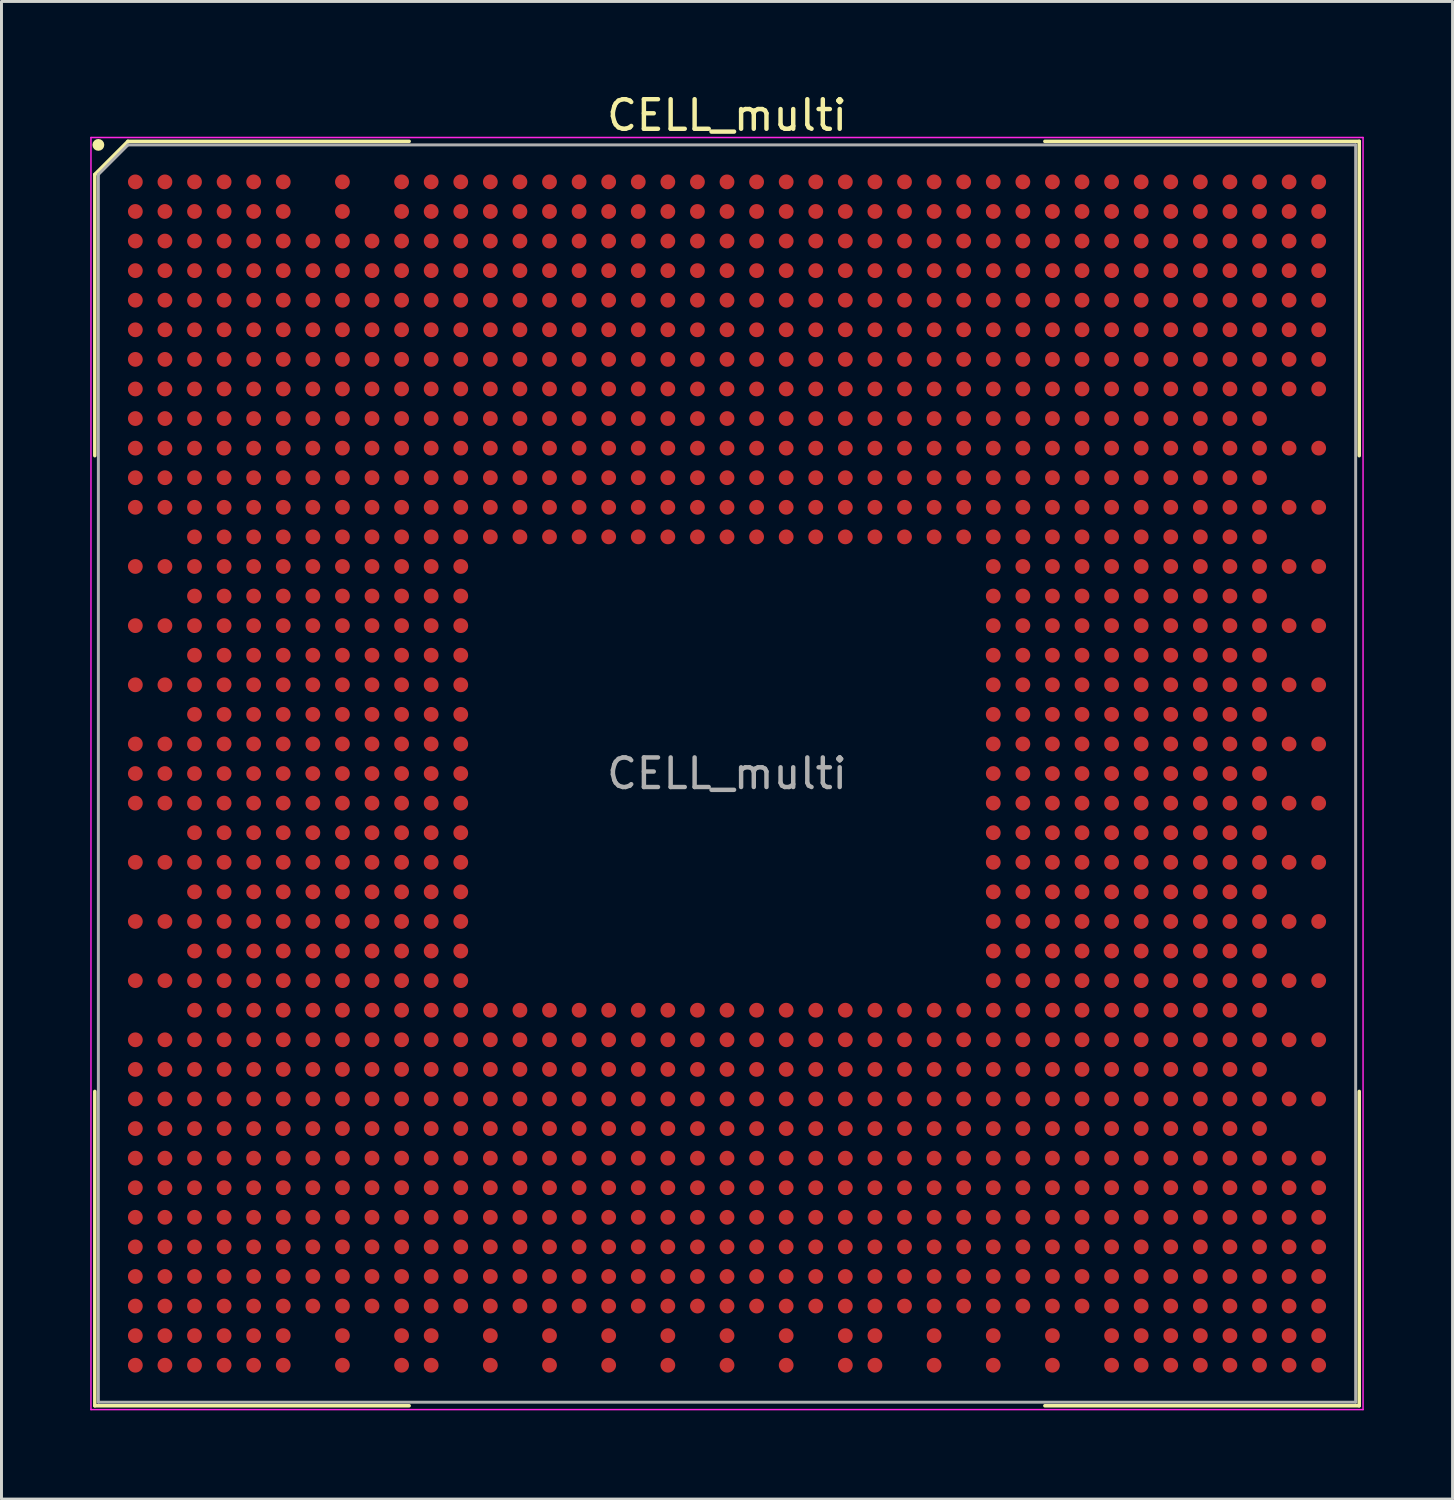
<source format=kicad_pcb>
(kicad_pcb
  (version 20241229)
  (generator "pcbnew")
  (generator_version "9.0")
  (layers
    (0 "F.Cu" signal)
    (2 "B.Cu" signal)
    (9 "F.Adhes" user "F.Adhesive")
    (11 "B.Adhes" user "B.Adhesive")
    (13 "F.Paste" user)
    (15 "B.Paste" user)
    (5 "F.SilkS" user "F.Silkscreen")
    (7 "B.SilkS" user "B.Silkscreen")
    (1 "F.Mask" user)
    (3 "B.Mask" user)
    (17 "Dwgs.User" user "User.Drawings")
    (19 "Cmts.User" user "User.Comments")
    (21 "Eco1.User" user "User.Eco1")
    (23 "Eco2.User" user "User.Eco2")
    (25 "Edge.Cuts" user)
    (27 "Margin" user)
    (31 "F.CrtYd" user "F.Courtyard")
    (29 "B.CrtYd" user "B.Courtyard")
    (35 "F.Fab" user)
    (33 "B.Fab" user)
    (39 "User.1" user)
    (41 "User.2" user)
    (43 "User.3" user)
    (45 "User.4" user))
  (footprint "CELL_multi"
    (layer "F.Cu")
    (at 21.525 23.098)
    (property "Reference" "CELL_multi" (at 0 -22.25 0) (unlocked yes) (layer "F.SilkS") (effects (font (size 1 1) (thickness 0.15))))
    (attr smd)
    (fp_line (start -21.37 -20.25) (end -21.37 -10.745) (stroke (width 0.12) (type default)) (layer "F.SilkS"))
    (fp_line (start -21.37 21.37) (end -21.37 10.745) (stroke (width 0.12) (type default)) (layer "F.SilkS"))
    (fp_line (start -20.25 -21.37) (end -21.37 -20.25) (stroke (width 0.12) (type default)) (layer "F.SilkS"))
    (fp_line (start -10.745 -21.37) (end -20.25 -21.37) (stroke (width 0.12) (type default)) (layer "F.SilkS"))
    (fp_line (start -10.745 21.37) (end -21.37 21.37) (stroke (width 0.12) (type default)) (layer "F.SilkS"))
    (fp_line (start 10.745 -21.37) (end 21.37 -21.37) (stroke (width 0.12) (type default)) (layer "F.SilkS"))
    (fp_line (start 10.745 21.37) (end 21.37 21.37) (stroke (width 0.12) (type default)) (layer "F.SilkS"))
    (fp_line (start 21.37 -21.37) (end 21.37 -10.745) (stroke (width 0.12) (type default)) (layer "F.SilkS"))
    (fp_line (start 21.37 21.37) (end 21.37 10.745) (stroke (width 0.12) (type default)) (layer "F.SilkS"))
    (fp_circle (center -21.25 -21.25) (end -21.25 -21.15) (stroke (width 0.2) (type default)) (fill no) (layer "F.SilkS"))
    (fp_line (start -21.5 -21.5) (end 21.5 -21.5) (stroke (width 0.05) (type default)) (layer "F.CrtYd"))
    (fp_line (start -21.5 21.5) (end -21.5 -21.5) (stroke (width 0.05) (type default)) (layer "F.CrtYd"))
    (fp_line (start 21.5 -21.5) (end 21.5 21.5) (stroke (width 0.05) (type default)) (layer "F.CrtYd"))
    (fp_line (start 21.5 21.5) (end -21.5 21.5) (stroke (width 0.05) (type default)) (layer "F.CrtYd"))
    (fp_line (start -21.25 -20.25) (end -21.25 21.25) (stroke (width 0.1) (type default)) (layer "F.Fab"))
    (fp_line (start -21.25 21.25) (end 21.25 21.25) (stroke (width 0.1) (type default)) (layer "F.Fab"))
    (fp_line (start -20.25 -21.25) (end -21.25 -20.25) (stroke (width 0.1) (type default)) (layer "F.Fab"))
    (fp_line (start 21.25 -21.25) (end -20.25 -21.25) (stroke (width 0.1) (type default)) (layer "F.Fab"))
    (fp_line (start 21.25 21.25) (end 21.25 -21.25) (stroke (width 0.1) (type default)) (layer "F.Fab"))
    (fp_text user "${REFERENCE}" (at 0 0 0) (layer "F.Fab") (effects (font (size 1 1) (thickness 0.15))))
    (pad "A1" smd circle (at -20 -20) (size 0.5 0.5) (layers "F.Cu" "F.Mask" "F.Paste"))
    (pad "A2" smd circle (at -19 -20) (size 0.5 0.5) (layers "F.Cu" "F.Mask" "F.Paste"))
    (pad "A3" smd circle (at -18 -20) (size 0.5 0.5) (layers "F.Cu" "F.Mask" "F.Paste"))
    (pad "A4" smd circle (at -17 -20) (size 0.5 0.5) (layers "F.Cu" "F.Mask" "F.Paste"))
    (pad "A5" smd circle (at -16 -20) (size 0.5 0.5) (layers "F.Cu" "F.Mask" "F.Paste"))
    (pad "A6" smd circle (at -15 -20) (size 0.5 0.5) (layers "F.Cu" "F.Mask" "F.Paste"))
    (pad "A8" smd circle (at -13 -20) (size 0.5 0.5) (layers "F.Cu" "F.Mask" "F.Paste"))
    (pad "A10" smd circle (at -11 -20) (size 0.5 0.5) (layers "F.Cu" "F.Mask" "F.Paste"))
    (pad "A11" smd circle (at -10 -20) (size 0.5 0.5) (layers "F.Cu" "F.Mask" "F.Paste"))
    (pad "A12" smd circle (at -9 -20) (size 0.5 0.5) (layers "F.Cu" "F.Mask" "F.Paste"))
    (pad "A13" smd circle (at -8 -20) (size 0.5 0.5) (layers "F.Cu" "F.Mask" "F.Paste"))
    (pad "A14" smd circle (at -7 -20) (size 0.5 0.5) (layers "F.Cu" "F.Mask" "F.Paste"))
    (pad "A15" smd circle (at -6 -20) (size 0.5 0.5) (layers "F.Cu" "F.Mask" "F.Paste"))
    (pad "A16" smd circle (at -5 -20) (size 0.5 0.5) (layers "F.Cu" "F.Mask" "F.Paste"))
    (pad "A17" smd circle (at -4 -20) (size 0.5 0.5) (layers "F.Cu" "F.Mask" "F.Paste"))
    (pad "A18" smd circle (at -3 -20) (size 0.5 0.5) (layers "F.Cu" "F.Mask" "F.Paste"))
    (pad "A19" smd circle (at -2 -20) (size 0.5 0.5) (layers "F.Cu" "F.Mask" "F.Paste"))
    (pad "A20" smd circle (at -1 -20) (size 0.5 0.5) (layers "F.Cu" "F.Mask" "F.Paste"))
    (pad "A21" smd circle (at 0 -20) (size 0.5 0.5) (layers "F.Cu" "F.Mask" "F.Paste"))
    (pad "A22" smd circle (at 1 -20) (size 0.5 0.5) (layers "F.Cu" "F.Mask" "F.Paste"))
    (pad "A23" smd circle (at 2 -20) (size 0.5 0.5) (layers "F.Cu" "F.Mask" "F.Paste"))
    (pad "A24" smd circle (at 3 -20) (size 0.5 0.5) (layers "F.Cu" "F.Mask" "F.Paste"))
    (pad "A25" smd circle (at 4 -20) (size 0.5 0.5) (layers "F.Cu" "F.Mask" "F.Paste"))
    (pad "A26" smd circle (at 5 -20) (size 0.5 0.5) (layers "F.Cu" "F.Mask" "F.Paste"))
    (pad "A27" smd circle (at 6 -20) (size 0.5 0.5) (layers "F.Cu" "F.Mask" "F.Paste"))
    (pad "A28" smd circle (at 7 -20) (size 0.5 0.5) (layers "F.Cu" "F.Mask" "F.Paste"))
    (pad "A29" smd circle (at 8 -20) (size 0.5 0.5) (layers "F.Cu" "F.Mask" "F.Paste"))
    (pad "A30" smd circle (at 9 -20) (size 0.5 0.5) (layers "F.Cu" "F.Mask" "F.Paste"))
    (pad "A31" smd circle (at 10 -20) (size 0.5 0.5) (layers "F.Cu" "F.Mask" "F.Paste"))
    (pad "A32" smd circle (at 11 -20) (size 0.5 0.5) (layers "F.Cu" "F.Mask" "F.Paste"))
    (pad "A33" smd circle (at 12 -20) (size 0.5 0.5) (layers "F.Cu" "F.Mask" "F.Paste"))
    (pad "A34" smd circle (at 13 -20) (size 0.5 0.5) (layers "F.Cu" "F.Mask" "F.Paste"))
    (pad "A35" smd circle (at 14 -20) (size 0.5 0.5) (layers "F.Cu" "F.Mask" "F.Paste"))
    (pad "A36" smd circle (at 15 -20) (size 0.5 0.5) (layers "F.Cu" "F.Mask" "F.Paste"))
    (pad "A37" smd circle (at 16 -20) (size 0.5 0.5) (layers "F.Cu" "F.Mask" "F.Paste"))
    (pad "A38" smd circle (at 17 -20) (size 0.5 0.5) (layers "F.Cu" "F.Mask" "F.Paste"))
    (pad "A39" smd circle (at 18 -20) (size 0.5 0.5) (layers "F.Cu" "F.Mask" "F.Paste"))
    (pad "A40" smd circle (at 19 -20) (size 0.5 0.5) (layers "F.Cu" "F.Mask" "F.Paste"))
    (pad "A41" smd circle (at 20 -20) (size 0.5 0.5) (layers "F.Cu" "F.Mask" "F.Paste"))
    (pad "AA1" smd circle (at -20 0) (size 0.5 0.5) (layers "F.Cu" "F.Mask" "F.Paste"))
    (pad "AA2" smd circle (at -19 0) (size 0.5 0.5) (layers "F.Cu" "F.Mask" "F.Paste"))
    (pad "AA3" smd circle (at -18 0) (size 0.5 0.5) (layers "F.Cu" "F.Mask" "F.Paste"))
    (pad "AA4" smd circle (at -17 0) (size 0.5 0.5) (layers "F.Cu" "F.Mask" "F.Paste"))
    (pad "AA5" smd circle (at -16 0) (size 0.5 0.5) (layers "F.Cu" "F.Mask" "F.Paste"))
    (pad "AA6" smd circle (at -15 0) (size 0.5 0.5) (layers "F.Cu" "F.Mask" "F.Paste"))
    (pad "AA7" smd circle (at -14 0) (size 0.5 0.5) (layers "F.Cu" "F.Mask" "F.Paste"))
    (pad "AA8" smd circle (at -13 0) (size 0.5 0.5) (layers "F.Cu" "F.Mask" "F.Paste"))
    (pad "AA9" smd circle (at -12 0) (size 0.5 0.5) (layers "F.Cu" "F.Mask" "F.Paste"))
    (pad "AA10" smd circle (at -11 0) (size 0.5 0.5) (layers "F.Cu" "F.Mask" "F.Paste"))
    (pad "AA11" smd circle (at -10 0) (size 0.5 0.5) (layers "F.Cu" "F.Mask" "F.Paste"))
    (pad "AA12" smd circle (at -9 0) (size 0.5 0.5) (layers "F.Cu" "F.Mask" "F.Paste"))
    (pad "AA30" smd circle (at 9 0) (size 0.5 0.5) (layers "F.Cu" "F.Mask" "F.Paste"))
    (pad "AA31" smd circle (at 10 0) (size 0.5 0.5) (layers "F.Cu" "F.Mask" "F.Paste"))
    (pad "AA32" smd circle (at 11 0) (size 0.5 0.5) (layers "F.Cu" "F.Mask" "F.Paste"))
    (pad "AA33" smd circle (at 12 0) (size 0.5 0.5) (layers "F.Cu" "F.Mask" "F.Paste"))
    (pad "AA34" smd circle (at 13 0) (size 0.5 0.5) (layers "F.Cu" "F.Mask" "F.Paste"))
    (pad "AA35" smd circle (at 14 0) (size 0.5 0.5) (layers "F.Cu" "F.Mask" "F.Paste"))
    (pad "AA36" smd circle (at 15 0) (size 0.5 0.5) (layers "F.Cu" "F.Mask" "F.Paste"))
    (pad "AA37" smd circle (at 16 0) (size 0.5 0.5) (layers "F.Cu" "F.Mask" "F.Paste"))
    (pad "AA38" smd circle (at 17 0) (size 0.5 0.5) (layers "F.Cu" "F.Mask" "F.Paste"))
    (pad "AA39" smd circle (at 18 0) (size 0.5 0.5) (layers "F.Cu" "F.Mask" "F.Paste"))
    (pad "AB1" smd circle (at -20 1) (size 0.5 0.5) (layers "F.Cu" "F.Mask" "F.Paste"))
    (pad "AB2" smd circle (at -19 1) (size 0.5 0.5) (layers "F.Cu" "F.Mask" "F.Paste"))
    (pad "AB3" smd circle (at -18 1) (size 0.5 0.5) (layers "F.Cu" "F.Mask" "F.Paste"))
    (pad "AB4" smd circle (at -17 1) (size 0.5 0.5) (layers "F.Cu" "F.Mask" "F.Paste"))
    (pad "AB5" smd circle (at -16 1) (size 0.5 0.5) (layers "F.Cu" "F.Mask" "F.Paste"))
    (pad "AB6" smd circle (at -15 1) (size 0.5 0.5) (layers "F.Cu" "F.Mask" "F.Paste"))
    (pad "AB7" smd circle (at -14 1) (size 0.5 0.5) (layers "F.Cu" "F.Mask" "F.Paste"))
    (pad "AB8" smd circle (at -13 1) (size 0.5 0.5) (layers "F.Cu" "F.Mask" "F.Paste"))
    (pad "AB9" smd circle (at -12 1) (size 0.5 0.5) (layers "F.Cu" "F.Mask" "F.Paste"))
    (pad "AB10" smd circle (at -11 1) (size 0.5 0.5) (layers "F.Cu" "F.Mask" "F.Paste"))
    (pad "AB11" smd circle (at -10 1) (size 0.5 0.5) (layers "F.Cu" "F.Mask" "F.Paste"))
    (pad "AB12" smd circle (at -9 1) (size 0.5 0.5) (layers "F.Cu" "F.Mask" "F.Paste"))
    (pad "AB30" smd circle (at 9 1) (size 0.5 0.5) (layers "F.Cu" "F.Mask" "F.Paste"))
    (pad "AB31" smd circle (at 10 1) (size 0.5 0.5) (layers "F.Cu" "F.Mask" "F.Paste"))
    (pad "AB32" smd circle (at 11 1) (size 0.5 0.5) (layers "F.Cu" "F.Mask" "F.Paste"))
    (pad "AB33" smd circle (at 12 1) (size 0.5 0.5) (layers "F.Cu" "F.Mask" "F.Paste"))
    (pad "AB34" smd circle (at 13 1) (size 0.5 0.5) (layers "F.Cu" "F.Mask" "F.Paste"))
    (pad "AB35" smd circle (at 14 1) (size 0.5 0.5) (layers "F.Cu" "F.Mask" "F.Paste"))
    (pad "AB36" smd circle (at 15 1) (size 0.5 0.5) (layers "F.Cu" "F.Mask" "F.Paste"))
    (pad "AB37" smd circle (at 16 1) (size 0.5 0.5) (layers "F.Cu" "F.Mask" "F.Paste"))
    (pad "AB38" smd circle (at 17 1) (size 0.5 0.5) (layers "F.Cu" "F.Mask" "F.Paste"))
    (pad "AB39" smd circle (at 18 1) (size 0.5 0.5) (layers "F.Cu" "F.Mask" "F.Paste"))
    (pad "AB40" smd circle (at 19 1) (size 0.5 0.5) (layers "F.Cu" "F.Mask" "F.Paste"))
    (pad "AB41" smd circle (at 20 1) (size 0.5 0.5) (layers "F.Cu" "F.Mask" "F.Paste"))
    (pad "AC3" smd circle (at -18 2) (size 0.5 0.5) (layers "F.Cu" "F.Mask" "F.Paste"))
    (pad "AC4" smd circle (at -17 2) (size 0.5 0.5) (layers "F.Cu" "F.Mask" "F.Paste"))
    (pad "AC5" smd circle (at -16 2) (size 0.5 0.5) (layers "F.Cu" "F.Mask" "F.Paste"))
    (pad "AC6" smd circle (at -15 2) (size 0.5 0.5) (layers "F.Cu" "F.Mask" "F.Paste"))
    (pad "AC7" smd circle (at -14 2) (size 0.5 0.5) (layers "F.Cu" "F.Mask" "F.Paste"))
    (pad "AC8" smd circle (at -13 2) (size 0.5 0.5) (layers "F.Cu" "F.Mask" "F.Paste"))
    (pad "AC9" smd circle (at -12 2) (size 0.5 0.5) (layers "F.Cu" "F.Mask" "F.Paste"))
    (pad "AC10" smd circle (at -11 2) (size 0.5 0.5) (layers "F.Cu" "F.Mask" "F.Paste"))
    (pad "AC11" smd circle (at -10 2) (size 0.5 0.5) (layers "F.Cu" "F.Mask" "F.Paste"))
    (pad "AC12" smd circle (at -9 2) (size 0.5 0.5) (layers "F.Cu" "F.Mask" "F.Paste"))
    (pad "AC30" smd circle (at 9 2) (size 0.5 0.5) (layers "F.Cu" "F.Mask" "F.Paste"))
    (pad "AC31" smd circle (at 10 2) (size 0.5 0.5) (layers "F.Cu" "F.Mask" "F.Paste"))
    (pad "AC32" smd circle (at 11 2) (size 0.5 0.5) (layers "F.Cu" "F.Mask" "F.Paste"))
    (pad "AC33" smd circle (at 12 2) (size 0.5 0.5) (layers "F.Cu" "F.Mask" "F.Paste"))
    (pad "AC34" smd circle (at 13 2) (size 0.5 0.5) (layers "F.Cu" "F.Mask" "F.Paste"))
    (pad "AC35" smd circle (at 14 2) (size 0.5 0.5) (layers "F.Cu" "F.Mask" "F.Paste"))
    (pad "AC36" smd circle (at 15 2) (size 0.5 0.5) (layers "F.Cu" "F.Mask" "F.Paste"))
    (pad "AC37" smd circle (at 16 2) (size 0.5 0.5) (layers "F.Cu" "F.Mask" "F.Paste"))
    (pad "AC38" smd circle (at 17 2) (size 0.5 0.5) (layers "F.Cu" "F.Mask" "F.Paste"))
    (pad "AC39" smd circle (at 18 2) (size 0.5 0.5) (layers "F.Cu" "F.Mask" "F.Paste"))
    (pad "AD1" smd circle (at -20 3) (size 0.5 0.5) (layers "F.Cu" "F.Mask" "F.Paste"))
    (pad "AD2" smd circle (at -19 3) (size 0.5 0.5) (layers "F.Cu" "F.Mask" "F.Paste"))
    (pad "AD3" smd circle (at -18 3) (size 0.5 0.5) (layers "F.Cu" "F.Mask" "F.Paste"))
    (pad "AD4" smd circle (at -17 3) (size 0.5 0.5) (layers "F.Cu" "F.Mask" "F.Paste"))
    (pad "AD5" smd circle (at -16 3) (size 0.5 0.5) (layers "F.Cu" "F.Mask" "F.Paste"))
    (pad "AD6" smd circle (at -15 3) (size 0.5 0.5) (layers "F.Cu" "F.Mask" "F.Paste"))
    (pad "AD7" smd circle (at -14 3) (size 0.5 0.5) (layers "F.Cu" "F.Mask" "F.Paste"))
    (pad "AD8" smd circle (at -13 3) (size 0.5 0.5) (layers "F.Cu" "F.Mask" "F.Paste"))
    (pad "AD9" smd circle (at -12 3) (size 0.5 0.5) (layers "F.Cu" "F.Mask" "F.Paste"))
    (pad "AD10" smd circle (at -11 3) (size 0.5 0.5) (layers "F.Cu" "F.Mask" "F.Paste"))
    (pad "AD11" smd circle (at -10 3) (size 0.5 0.5) (layers "F.Cu" "F.Mask" "F.Paste"))
    (pad "AD12" smd circle (at -9 3) (size 0.5 0.5) (layers "F.Cu" "F.Mask" "F.Paste"))
    (pad "AD30" smd circle (at 9 3) (size 0.5 0.5) (layers "F.Cu" "F.Mask" "F.Paste"))
    (pad "AD31" smd circle (at 10 3) (size 0.5 0.5) (layers "F.Cu" "F.Mask" "F.Paste"))
    (pad "AD32" smd circle (at 11 3) (size 0.5 0.5) (layers "F.Cu" "F.Mask" "F.Paste"))
    (pad "AD33" smd circle (at 12 3) (size 0.5 0.5) (layers "F.Cu" "F.Mask" "F.Paste"))
    (pad "AD34" smd circle (at 13 3) (size 0.5 0.5) (layers "F.Cu" "F.Mask" "F.Paste"))
    (pad "AD35" smd circle (at 14 3) (size 0.5 0.5) (layers "F.Cu" "F.Mask" "F.Paste"))
    (pad "AD36" smd circle (at 15 3) (size 0.5 0.5) (layers "F.Cu" "F.Mask" "F.Paste"))
    (pad "AD37" smd circle (at 16 3) (size 0.5 0.5) (layers "F.Cu" "F.Mask" "F.Paste"))
    (pad "AD38" smd circle (at 17 3) (size 0.5 0.5) (layers "F.Cu" "F.Mask" "F.Paste"))
    (pad "AD39" smd circle (at 18 3) (size 0.5 0.5) (layers "F.Cu" "F.Mask" "F.Paste"))
    (pad "AD40" smd circle (at 19 3) (size 0.5 0.5) (layers "F.Cu" "F.Mask" "F.Paste"))
    (pad "AD41" smd circle (at 20 3) (size 0.5 0.5) (layers "F.Cu" "F.Mask" "F.Paste"))
    (pad "AE3" smd circle (at -18 4) (size 0.5 0.5) (layers "F.Cu" "F.Mask" "F.Paste"))
    (pad "AE4" smd circle (at -17 4) (size 0.5 0.5) (layers "F.Cu" "F.Mask" "F.Paste"))
    (pad "AE5" smd circle (at -16 4) (size 0.5 0.5) (layers "F.Cu" "F.Mask" "F.Paste"))
    (pad "AE6" smd circle (at -15 4) (size 0.5 0.5) (layers "F.Cu" "F.Mask" "F.Paste"))
    (pad "AE7" smd circle (at -14 4) (size 0.5 0.5) (layers "F.Cu" "F.Mask" "F.Paste"))
    (pad "AE8" smd circle (at -13 4) (size 0.5 0.5) (layers "F.Cu" "F.Mask" "F.Paste"))
    (pad "AE9" smd circle (at -12 4) (size 0.5 0.5) (layers "F.Cu" "F.Mask" "F.Paste"))
    (pad "AE10" smd circle (at -11 4) (size 0.5 0.5) (layers "F.Cu" "F.Mask" "F.Paste"))
    (pad "AE11" smd circle (at -10 4) (size 0.5 0.5) (layers "F.Cu" "F.Mask" "F.Paste"))
    (pad "AE12" smd circle (at -9 4) (size 0.5 0.5) (layers "F.Cu" "F.Mask" "F.Paste"))
    (pad "AE30" smd circle (at 9 4) (size 0.5 0.5) (layers "F.Cu" "F.Mask" "F.Paste"))
    (pad "AE31" smd circle (at 10 4) (size 0.5 0.5) (layers "F.Cu" "F.Mask" "F.Paste"))
    (pad "AE32" smd circle (at 11 4) (size 0.5 0.5) (layers "F.Cu" "F.Mask" "F.Paste"))
    (pad "AE33" smd circle (at 12 4) (size 0.5 0.5) (layers "F.Cu" "F.Mask" "F.Paste"))
    (pad "AE34" smd circle (at 13 4) (size 0.5 0.5) (layers "F.Cu" "F.Mask" "F.Paste"))
    (pad "AE35" smd circle (at 14 4) (size 0.5 0.5) (layers "F.Cu" "F.Mask" "F.Paste"))
    (pad "AE36" smd circle (at 15 4) (size 0.5 0.5) (layers "F.Cu" "F.Mask" "F.Paste"))
    (pad "AE37" smd circle (at 16 4) (size 0.5 0.5) (layers "F.Cu" "F.Mask" "F.Paste"))
    (pad "AE38" smd circle (at 17 4) (size 0.5 0.5) (layers "F.Cu" "F.Mask" "F.Paste"))
    (pad "AE39" smd circle (at 18 4) (size 0.5 0.5) (layers "F.Cu" "F.Mask" "F.Paste"))
    (pad "AF1" smd circle (at -20 5) (size 0.5 0.5) (layers "F.Cu" "F.Mask" "F.Paste"))
    (pad "AF2" smd circle (at -19 5) (size 0.5 0.5) (layers "F.Cu" "F.Mask" "F.Paste"))
    (pad "AF3" smd circle (at -18 5) (size 0.5 0.5) (layers "F.Cu" "F.Mask" "F.Paste"))
    (pad "AF4" smd circle (at -17 5) (size 0.5 0.5) (layers "F.Cu" "F.Mask" "F.Paste"))
    (pad "AF5" smd circle (at -16 5) (size 0.5 0.5) (layers "F.Cu" "F.Mask" "F.Paste"))
    (pad "AF6" smd circle (at -15 5) (size 0.5 0.5) (layers "F.Cu" "F.Mask" "F.Paste"))
    (pad "AF7" smd circle (at -14 5) (size 0.5 0.5) (layers "F.Cu" "F.Mask" "F.Paste"))
    (pad "AF8" smd circle (at -13 5) (size 0.5 0.5) (layers "F.Cu" "F.Mask" "F.Paste"))
    (pad "AF9" smd circle (at -12 5) (size 0.5 0.5) (layers "F.Cu" "F.Mask" "F.Paste"))
    (pad "AF10" smd circle (at -11 5) (size 0.5 0.5) (layers "F.Cu" "F.Mask" "F.Paste"))
    (pad "AF11" smd circle (at -10 5) (size 0.5 0.5) (layers "F.Cu" "F.Mask" "F.Paste"))
    (pad "AF12" smd circle (at -9 5) (size 0.5 0.5) (layers "F.Cu" "F.Mask" "F.Paste"))
    (pad "AF30" smd circle (at 9 5) (size 0.5 0.5) (layers "F.Cu" "F.Mask" "F.Paste"))
    (pad "AF31" smd circle (at 10 5) (size 0.5 0.5) (layers "F.Cu" "F.Mask" "F.Paste"))
    (pad "AF32" smd circle (at 11 5) (size 0.5 0.5) (layers "F.Cu" "F.Mask" "F.Paste"))
    (pad "AF33" smd circle (at 12 5) (size 0.5 0.5) (layers "F.Cu" "F.Mask" "F.Paste"))
    (pad "AF34" smd circle (at 13 5) (size 0.5 0.5) (layers "F.Cu" "F.Mask" "F.Paste"))
    (pad "AF35" smd circle (at 14 5) (size 0.5 0.5) (layers "F.Cu" "F.Mask" "F.Paste"))
    (pad "AF36" smd circle (at 15 5) (size 0.5 0.5) (layers "F.Cu" "F.Mask" "F.Paste"))
    (pad "AF37" smd circle (at 16 5) (size 0.5 0.5) (layers "F.Cu" "F.Mask" "F.Paste"))
    (pad "AF38" smd circle (at 17 5) (size 0.5 0.5) (layers "F.Cu" "F.Mask" "F.Paste"))
    (pad "AF39" smd circle (at 18 5) (size 0.5 0.5) (layers "F.Cu" "F.Mask" "F.Paste"))
    (pad "AF40" smd circle (at 19 5) (size 0.5 0.5) (layers "F.Cu" "F.Mask" "F.Paste"))
    (pad "AF41" smd circle (at 20 5) (size 0.5 0.5) (layers "F.Cu" "F.Mask" "F.Paste"))
    (pad "AG3" smd circle (at -18 6) (size 0.5 0.5) (layers "F.Cu" "F.Mask" "F.Paste"))
    (pad "AG4" smd circle (at -17 6) (size 0.5 0.5) (layers "F.Cu" "F.Mask" "F.Paste"))
    (pad "AG5" smd circle (at -16 6) (size 0.5 0.5) (layers "F.Cu" "F.Mask" "F.Paste"))
    (pad "AG6" smd circle (at -15 6) (size 0.5 0.5) (layers "F.Cu" "F.Mask" "F.Paste"))
    (pad "AG7" smd circle (at -14 6) (size 0.5 0.5) (layers "F.Cu" "F.Mask" "F.Paste"))
    (pad "AG8" smd circle (at -13 6) (size 0.5 0.5) (layers "F.Cu" "F.Mask" "F.Paste"))
    (pad "AG9" smd circle (at -12 6) (size 0.5 0.5) (layers "F.Cu" "F.Mask" "F.Paste"))
    (pad "AG10" smd circle (at -11 6) (size 0.5 0.5) (layers "F.Cu" "F.Mask" "F.Paste"))
    (pad "AG11" smd circle (at -10 6) (size 0.5 0.5) (layers "F.Cu" "F.Mask" "F.Paste"))
    (pad "AG12" smd circle (at -9 6) (size 0.5 0.5) (layers "F.Cu" "F.Mask" "F.Paste"))
    (pad "AG30" smd circle (at 9 6) (size 0.5 0.5) (layers "F.Cu" "F.Mask" "F.Paste"))
    (pad "AG31" smd circle (at 10 6) (size 0.5 0.5) (layers "F.Cu" "F.Mask" "F.Paste"))
    (pad "AG32" smd circle (at 11 6) (size 0.5 0.5) (layers "F.Cu" "F.Mask" "F.Paste"))
    (pad "AG33" smd circle (at 12 6) (size 0.5 0.5) (layers "F.Cu" "F.Mask" "F.Paste"))
    (pad "AG34" smd circle (at 13 6) (size 0.5 0.5) (layers "F.Cu" "F.Mask" "F.Paste"))
    (pad "AG35" smd circle (at 14 6) (size 0.5 0.5) (layers "F.Cu" "F.Mask" "F.Paste"))
    (pad "AG36" smd circle (at 15 6) (size 0.5 0.5) (layers "F.Cu" "F.Mask" "F.Paste"))
    (pad "AG37" smd circle (at 16 6) (size 0.5 0.5) (layers "F.Cu" "F.Mask" "F.Paste"))
    (pad "AG38" smd circle (at 17 6) (size 0.5 0.5) (layers "F.Cu" "F.Mask" "F.Paste"))
    (pad "AG39" smd circle (at 18 6) (size 0.5 0.5) (layers "F.Cu" "F.Mask" "F.Paste"))
    (pad "AH1" smd circle (at -20 7) (size 0.5 0.5) (layers "F.Cu" "F.Mask" "F.Paste"))
    (pad "AH2" smd circle (at -19 7) (size 0.5 0.5) (layers "F.Cu" "F.Mask" "F.Paste"))
    (pad "AH3" smd circle (at -18 7) (size 0.5 0.5) (layers "F.Cu" "F.Mask" "F.Paste"))
    (pad "AH4" smd circle (at -17 7) (size 0.5 0.5) (layers "F.Cu" "F.Mask" "F.Paste"))
    (pad "AH5" smd circle (at -16 7) (size 0.5 0.5) (layers "F.Cu" "F.Mask" "F.Paste"))
    (pad "AH6" smd circle (at -15 7) (size 0.5 0.5) (layers "F.Cu" "F.Mask" "F.Paste"))
    (pad "AH7" smd circle (at -14 7) (size 0.5 0.5) (layers "F.Cu" "F.Mask" "F.Paste"))
    (pad "AH8" smd circle (at -13 7) (size 0.5 0.5) (layers "F.Cu" "F.Mask" "F.Paste"))
    (pad "AH9" smd circle (at -12 7) (size 0.5 0.5) (layers "F.Cu" "F.Mask" "F.Paste"))
    (pad "AH10" smd circle (at -11 7) (size 0.5 0.5) (layers "F.Cu" "F.Mask" "F.Paste"))
    (pad "AH11" smd circle (at -10 7) (size 0.5 0.5) (layers "F.Cu" "F.Mask" "F.Paste"))
    (pad "AH12" smd circle (at -9 7) (size 0.5 0.5) (layers "F.Cu" "F.Mask" "F.Paste"))
    (pad "AH30" smd circle (at 9 7) (size 0.5 0.5) (layers "F.Cu" "F.Mask" "F.Paste"))
    (pad "AH31" smd circle (at 10 7) (size 0.5 0.5) (layers "F.Cu" "F.Mask" "F.Paste"))
    (pad "AH32" smd circle (at 11 7) (size 0.5 0.5) (layers "F.Cu" "F.Mask" "F.Paste"))
    (pad "AH33" smd circle (at 12 7) (size 0.5 0.5) (layers "F.Cu" "F.Mask" "F.Paste"))
    (pad "AH34" smd circle (at 13 7) (size 0.5 0.5) (layers "F.Cu" "F.Mask" "F.Paste"))
    (pad "AH35" smd circle (at 14 7) (size 0.5 0.5) (layers "F.Cu" "F.Mask" "F.Paste"))
    (pad "AH36" smd circle (at 15 7) (size 0.5 0.5) (layers "F.Cu" "F.Mask" "F.Paste"))
    (pad "AH37" smd circle (at 16 7) (size 0.5 0.5) (layers "F.Cu" "F.Mask" "F.Paste"))
    (pad "AH38" smd circle (at 17 7) (size 0.5 0.5) (layers "F.Cu" "F.Mask" "F.Paste"))
    (pad "AH39" smd circle (at 18 7) (size 0.5 0.5) (layers "F.Cu" "F.Mask" "F.Paste"))
    (pad "AH40" smd circle (at 19 7) (size 0.5 0.5) (layers "F.Cu" "F.Mask" "F.Paste"))
    (pad "AH41" smd circle (at 20 7) (size 0.5 0.5) (layers "F.Cu" "F.Mask" "F.Paste"))
    (pad "AJ3" smd circle (at -18 8) (size 0.5 0.5) (layers "F.Cu" "F.Mask" "F.Paste"))
    (pad "AJ4" smd circle (at -17 8) (size 0.5 0.5) (layers "F.Cu" "F.Mask" "F.Paste"))
    (pad "AJ5" smd circle (at -16 8) (size 0.5 0.5) (layers "F.Cu" "F.Mask" "F.Paste"))
    (pad "AJ6" smd circle (at -15 8) (size 0.5 0.5) (layers "F.Cu" "F.Mask" "F.Paste"))
    (pad "AJ7" smd circle (at -14 8) (size 0.5 0.5) (layers "F.Cu" "F.Mask" "F.Paste"))
    (pad "AJ8" smd circle (at -13 8) (size 0.5 0.5) (layers "F.Cu" "F.Mask" "F.Paste"))
    (pad "AJ9" smd circle (at -12 8) (size 0.5 0.5) (layers "F.Cu" "F.Mask" "F.Paste"))
    (pad "AJ10" smd circle (at -11 8) (size 0.5 0.5) (layers "F.Cu" "F.Mask" "F.Paste"))
    (pad "AJ11" smd circle (at -10 8) (size 0.5 0.5) (layers "F.Cu" "F.Mask" "F.Paste"))
    (pad "AJ12" smd circle (at -9 8) (size 0.5 0.5) (layers "F.Cu" "F.Mask" "F.Paste"))
    (pad "AJ13" smd circle (at -8 8) (size 0.5 0.5) (layers "F.Cu" "F.Mask" "F.Paste"))
    (pad "AJ14" smd circle (at -7 8) (size 0.5 0.5) (layers "F.Cu" "F.Mask" "F.Paste"))
    (pad "AJ15" smd circle (at -6 8) (size 0.5 0.5) (layers "F.Cu" "F.Mask" "F.Paste"))
    (pad "AJ16" smd circle (at -5 8) (size 0.5 0.5) (layers "F.Cu" "F.Mask" "F.Paste"))
    (pad "AJ17" smd circle (at -4 8) (size 0.5 0.5) (layers "F.Cu" "F.Mask" "F.Paste"))
    (pad "AJ18" smd circle (at -3 8) (size 0.5 0.5) (layers "F.Cu" "F.Mask" "F.Paste"))
    (pad "AJ19" smd circle (at -2 8) (size 0.5 0.5) (layers "F.Cu" "F.Mask" "F.Paste"))
    (pad "AJ20" smd circle (at -1 8) (size 0.5 0.5) (layers "F.Cu" "F.Mask" "F.Paste"))
    (pad "AJ21" smd circle (at 0 8) (size 0.5 0.5) (layers "F.Cu" "F.Mask" "F.Paste"))
    (pad "AJ22" smd circle (at 1 8) (size 0.5 0.5) (layers "F.Cu" "F.Mask" "F.Paste"))
    (pad "AJ23" smd circle (at 2 8) (size 0.5 0.5) (layers "F.Cu" "F.Mask" "F.Paste"))
    (pad "AJ24" smd circle (at 3 8) (size 0.5 0.5) (layers "F.Cu" "F.Mask" "F.Paste"))
    (pad "AJ25" smd circle (at 4 8) (size 0.5 0.5) (layers "F.Cu" "F.Mask" "F.Paste"))
    (pad "AJ26" smd circle (at 5 8) (size 0.5 0.5) (layers "F.Cu" "F.Mask" "F.Paste"))
    (pad "AJ27" smd circle (at 6 8) (size 0.5 0.5) (layers "F.Cu" "F.Mask" "F.Paste"))
    (pad "AJ28" smd circle (at 7 8) (size 0.5 0.5) (layers "F.Cu" "F.Mask" "F.Paste"))
    (pad "AJ29" smd circle (at 8 8) (size 0.5 0.5) (layers "F.Cu" "F.Mask" "F.Paste"))
    (pad "AJ30" smd circle (at 9 8) (size 0.5 0.5) (layers "F.Cu" "F.Mask" "F.Paste"))
    (pad "AJ31" smd circle (at 10 8) (size 0.5 0.5) (layers "F.Cu" "F.Mask" "F.Paste"))
    (pad "AJ32" smd circle (at 11 8) (size 0.5 0.5) (layers "F.Cu" "F.Mask" "F.Paste"))
    (pad "AJ33" smd circle (at 12 8) (size 0.5 0.5) (layers "F.Cu" "F.Mask" "F.Paste"))
    (pad "AJ34" smd circle (at 13 8) (size 0.5 0.5) (layers "F.Cu" "F.Mask" "F.Paste"))
    (pad "AJ35" smd circle (at 14 8) (size 0.5 0.5) (layers "F.Cu" "F.Mask" "F.Paste"))
    (pad "AJ36" smd circle (at 15 8) (size 0.5 0.5) (layers "F.Cu" "F.Mask" "F.Paste"))
    (pad "AJ37" smd circle (at 16 8) (size 0.5 0.5) (layers "F.Cu" "F.Mask" "F.Paste"))
    (pad "AJ38" smd circle (at 17 8) (size 0.5 0.5) (layers "F.Cu" "F.Mask" "F.Paste"))
    (pad "AJ39" smd circle (at 18 8) (size 0.5 0.5) (layers "F.Cu" "F.Mask" "F.Paste"))
    (pad "AK1" smd circle (at -20 9) (size 0.5 0.5) (layers "F.Cu" "F.Mask" "F.Paste"))
    (pad "AK2" smd circle (at -19 9) (size 0.5 0.5) (layers "F.Cu" "F.Mask" "F.Paste"))
    (pad "AK3" smd circle (at -18 9) (size 0.5 0.5) (layers "F.Cu" "F.Mask" "F.Paste"))
    (pad "AK4" smd circle (at -17 9) (size 0.5 0.5) (layers "F.Cu" "F.Mask" "F.Paste"))
    (pad "AK5" smd circle (at -16 9) (size 0.5 0.5) (layers "F.Cu" "F.Mask" "F.Paste"))
    (pad "AK6" smd circle (at -15 9) (size 0.5 0.5) (layers "F.Cu" "F.Mask" "F.Paste"))
    (pad "AK7" smd circle (at -14 9) (size 0.5 0.5) (layers "F.Cu" "F.Mask" "F.Paste"))
    (pad "AK8" smd circle (at -13 9) (size 0.5 0.5) (layers "F.Cu" "F.Mask" "F.Paste"))
    (pad "AK9" smd circle (at -12 9) (size 0.5 0.5) (layers "F.Cu" "F.Mask" "F.Paste"))
    (pad "AK10" smd circle (at -11 9) (size 0.5 0.5) (layers "F.Cu" "F.Mask" "F.Paste"))
    (pad "AK11" smd circle (at -10 9) (size 0.5 0.5) (layers "F.Cu" "F.Mask" "F.Paste"))
    (pad "AK12" smd circle (at -9 9) (size 0.5 0.5) (layers "F.Cu" "F.Mask" "F.Paste"))
    (pad "AK13" smd circle (at -8 9) (size 0.5 0.5) (layers "F.Cu" "F.Mask" "F.Paste"))
    (pad "AK14" smd circle (at -7 9) (size 0.5 0.5) (layers "F.Cu" "F.Mask" "F.Paste"))
    (pad "AK15" smd circle (at -6 9) (size 0.5 0.5) (layers "F.Cu" "F.Mask" "F.Paste"))
    (pad "AK16" smd circle (at -5 9) (size 0.5 0.5) (layers "F.Cu" "F.Mask" "F.Paste"))
    (pad "AK17" smd circle (at -4 9) (size 0.5 0.5) (layers "F.Cu" "F.Mask" "F.Paste"))
    (pad "AK18" smd circle (at -3 9) (size 0.5 0.5) (layers "F.Cu" "F.Mask" "F.Paste"))
    (pad "AK19" smd circle (at -2 9) (size 0.5 0.5) (layers "F.Cu" "F.Mask" "F.Paste"))
    (pad "AK20" smd circle (at -1 9) (size 0.5 0.5) (layers "F.Cu" "F.Mask" "F.Paste"))
    (pad "AK21" smd circle (at 0 9) (size 0.5 0.5) (layers "F.Cu" "F.Mask" "F.Paste"))
    (pad "AK22" smd circle (at 1 9) (size 0.5 0.5) (layers "F.Cu" "F.Mask" "F.Paste"))
    (pad "AK23" smd circle (at 2 9) (size 0.5 0.5) (layers "F.Cu" "F.Mask" "F.Paste"))
    (pad "AK24" smd circle (at 3 9) (size 0.5 0.5) (layers "F.Cu" "F.Mask" "F.Paste"))
    (pad "AK25" smd circle (at 4 9) (size 0.5 0.5) (layers "F.Cu" "F.Mask" "F.Paste"))
    (pad "AK26" smd circle (at 5 9) (size 0.5 0.5) (layers "F.Cu" "F.Mask" "F.Paste"))
    (pad "AK27" smd circle (at 6 9) (size 0.5 0.5) (layers "F.Cu" "F.Mask" "F.Paste"))
    (pad "AK28" smd circle (at 7 9) (size 0.5 0.5) (layers "F.Cu" "F.Mask" "F.Paste"))
    (pad "AK29" smd circle (at 8 9) (size 0.5 0.5) (layers "F.Cu" "F.Mask" "F.Paste"))
    (pad "AK30" smd circle (at 9 9) (size 0.5 0.5) (layers "F.Cu" "F.Mask" "F.Paste"))
    (pad "AK31" smd circle (at 10 9) (size 0.5 0.5) (layers "F.Cu" "F.Mask" "F.Paste"))
    (pad "AK32" smd circle (at 11 9) (size 0.5 0.5) (layers "F.Cu" "F.Mask" "F.Paste"))
    (pad "AK33" smd circle (at 12 9) (size 0.5 0.5) (layers "F.Cu" "F.Mask" "F.Paste"))
    (pad "AK34" smd circle (at 13 9) (size 0.5 0.5) (layers "F.Cu" "F.Mask" "F.Paste"))
    (pad "AK35" smd circle (at 14 9) (size 0.5 0.5) (layers "F.Cu" "F.Mask" "F.Paste"))
    (pad "AK36" smd circle (at 15 9) (size 0.5 0.5) (layers "F.Cu" "F.Mask" "F.Paste"))
    (pad "AK37" smd circle (at 16 9) (size 0.5 0.5) (layers "F.Cu" "F.Mask" "F.Paste"))
    (pad "AK38" smd circle (at 17 9) (size 0.5 0.5) (layers "F.Cu" "F.Mask" "F.Paste"))
    (pad "AK39" smd circle (at 18 9) (size 0.5 0.5) (layers "F.Cu" "F.Mask" "F.Paste"))
    (pad "AK40" smd circle (at 19 9) (size 0.5 0.5) (layers "F.Cu" "F.Mask" "F.Paste"))
    (pad "AK41" smd circle (at 20 9) (size 0.5 0.5) (layers "F.Cu" "F.Mask" "F.Paste"))
    (pad "AL1" smd circle (at -20 10) (size 0.5 0.5) (layers "F.Cu" "F.Mask" "F.Paste"))
    (pad "AL2" smd circle (at -19 10) (size 0.5 0.5) (layers "F.Cu" "F.Mask" "F.Paste"))
    (pad "AL3" smd circle (at -18 10) (size 0.5 0.5) (layers "F.Cu" "F.Mask" "F.Paste"))
    (pad "AL4" smd circle (at -17 10) (size 0.5 0.5) (layers "F.Cu" "F.Mask" "F.Paste"))
    (pad "AL5" smd circle (at -16 10) (size 0.5 0.5) (layers "F.Cu" "F.Mask" "F.Paste"))
    (pad "AL6" smd circle (at -15 10) (size 0.5 0.5) (layers "F.Cu" "F.Mask" "F.Paste"))
    (pad "AL7" smd circle (at -14 10) (size 0.5 0.5) (layers "F.Cu" "F.Mask" "F.Paste"))
    (pad "AL8" smd circle (at -13 10) (size 0.5 0.5) (layers "F.Cu" "F.Mask" "F.Paste"))
    (pad "AL9" smd circle (at -12 10) (size 0.5 0.5) (layers "F.Cu" "F.Mask" "F.Paste"))
    (pad "AL10" smd circle (at -11 10) (size 0.5 0.5) (layers "F.Cu" "F.Mask" "F.Paste"))
    (pad "AL11" smd circle (at -10 10) (size 0.5 0.5) (layers "F.Cu" "F.Mask" "F.Paste"))
    (pad "AL12" smd circle (at -9 10) (size 0.5 0.5) (layers "F.Cu" "F.Mask" "F.Paste"))
    (pad "AL13" smd circle (at -8 10) (size 0.5 0.5) (layers "F.Cu" "F.Mask" "F.Paste"))
    (pad "AL14" smd circle (at -7 10) (size 0.5 0.5) (layers "F.Cu" "F.Mask" "F.Paste"))
    (pad "AL15" smd circle (at -6 10) (size 0.5 0.5) (layers "F.Cu" "F.Mask" "F.Paste"))
    (pad "AL16" smd circle (at -5 10) (size 0.5 0.5) (layers "F.Cu" "F.Mask" "F.Paste"))
    (pad "AL17" smd circle (at -4 10) (size 0.5 0.5) (layers "F.Cu" "F.Mask" "F.Paste"))
    (pad "AL18" smd circle (at -3 10) (size 0.5 0.5) (layers "F.Cu" "F.Mask" "F.Paste"))
    (pad "AL19" smd circle (at -2 10) (size 0.5 0.5) (layers "F.Cu" "F.Mask" "F.Paste"))
    (pad "AL20" smd circle (at -1 10) (size 0.5 0.5) (layers "F.Cu" "F.Mask" "F.Paste"))
    (pad "AL21" smd circle (at 0 10) (size 0.5 0.5) (layers "F.Cu" "F.Mask" "F.Paste"))
    (pad "AL22" smd circle (at 1 10) (size 0.5 0.5) (layers "F.Cu" "F.Mask" "F.Paste"))
    (pad "AL23" smd circle (at 2 10) (size 0.5 0.5) (layers "F.Cu" "F.Mask" "F.Paste"))
    (pad "AL24" smd circle (at 3 10) (size 0.5 0.5) (layers "F.Cu" "F.Mask" "F.Paste"))
    (pad "AL25" smd circle (at 4 10) (size 0.5 0.5) (layers "F.Cu" "F.Mask" "F.Paste"))
    (pad "AL26" smd circle (at 5 10) (size 0.5 0.5) (layers "F.Cu" "F.Mask" "F.Paste"))
    (pad "AL27" smd circle (at 6 10) (size 0.5 0.5) (layers "F.Cu" "F.Mask" "F.Paste"))
    (pad "AL28" smd circle (at 7 10) (size 0.5 0.5) (layers "F.Cu" "F.Mask" "F.Paste"))
    (pad "AL29" smd circle (at 8 10) (size 0.5 0.5) (layers "F.Cu" "F.Mask" "F.Paste"))
    (pad "AL30" smd circle (at 9 10) (size 0.5 0.5) (layers "F.Cu" "F.Mask" "F.Paste"))
    (pad "AL31" smd circle (at 10 10) (size 0.5 0.5) (layers "F.Cu" "F.Mask" "F.Paste"))
    (pad "AL32" smd circle (at 11 10) (size 0.5 0.5) (layers "F.Cu" "F.Mask" "F.Paste"))
    (pad "AL33" smd circle (at 12 10) (size 0.5 0.5) (layers "F.Cu" "F.Mask" "F.Paste"))
    (pad "AL34" smd circle (at 13 10) (size 0.5 0.5) (layers "F.Cu" "F.Mask" "F.Paste"))
    (pad "AL35" smd circle (at 14 10) (size 0.5 0.5) (layers "F.Cu" "F.Mask" "F.Paste"))
    (pad "AL36" smd circle (at 15 10) (size 0.5 0.5) (layers "F.Cu" "F.Mask" "F.Paste"))
    (pad "AL37" smd circle (at 16 10) (size 0.5 0.5) (layers "F.Cu" "F.Mask" "F.Paste"))
    (pad "AL38" smd circle (at 17 10) (size 0.5 0.5) (layers "F.Cu" "F.Mask" "F.Paste"))
    (pad "AL39" smd circle (at 18 10) (size 0.5 0.5) (layers "F.Cu" "F.Mask" "F.Paste"))
    (pad "AM1" smd circle (at -20 11) (size 0.5 0.5) (layers "F.Cu" "F.Mask" "F.Paste"))
    (pad "AM2" smd circle (at -19 11) (size 0.5 0.5) (layers "F.Cu" "F.Mask" "F.Paste"))
    (pad "AM3" smd circle (at -18 11) (size 0.5 0.5) (layers "F.Cu" "F.Mask" "F.Paste"))
    (pad "AM4" smd circle (at -17 11) (size 0.5 0.5) (layers "F.Cu" "F.Mask" "F.Paste"))
    (pad "AM5" smd circle (at -16 11) (size 0.5 0.5) (layers "F.Cu" "F.Mask" "F.Paste"))
    (pad "AM6" smd circle (at -15 11) (size 0.5 0.5) (layers "F.Cu" "F.Mask" "F.Paste"))
    (pad "AM7" smd circle (at -14 11) (size 0.5 0.5) (layers "F.Cu" "F.Mask" "F.Paste"))
    (pad "AM8" smd circle (at -13 11) (size 0.5 0.5) (layers "F.Cu" "F.Mask" "F.Paste"))
    (pad "AM9" smd circle (at -12 11) (size 0.5 0.5) (layers "F.Cu" "F.Mask" "F.Paste"))
    (pad "AM10" smd circle (at -11 11) (size 0.5 0.5) (layers "F.Cu" "F.Mask" "F.Paste"))
    (pad "AM11" smd circle (at -10 11) (size 0.5 0.5) (layers "F.Cu" "F.Mask" "F.Paste"))
    (pad "AM12" smd circle (at -9 11) (size 0.5 0.5) (layers "F.Cu" "F.Mask" "F.Paste"))
    (pad "AM13" smd circle (at -8 11) (size 0.5 0.5) (layers "F.Cu" "F.Mask" "F.Paste"))
    (pad "AM14" smd circle (at -7 11) (size 0.5 0.5) (layers "F.Cu" "F.Mask" "F.Paste"))
    (pad "AM15" smd circle (at -6 11) (size 0.5 0.5) (layers "F.Cu" "F.Mask" "F.Paste"))
    (pad "AM16" smd circle (at -5 11) (size 0.5 0.5) (layers "F.Cu" "F.Mask" "F.Paste"))
    (pad "AM17" smd circle (at -4 11) (size 0.5 0.5) (layers "F.Cu" "F.Mask" "F.Paste"))
    (pad "AM18" smd circle (at -3 11) (size 0.5 0.5) (layers "F.Cu" "F.Mask" "F.Paste"))
    (pad "AM19" smd circle (at -2 11) (size 0.5 0.5) (layers "F.Cu" "F.Mask" "F.Paste"))
    (pad "AM20" smd circle (at -1 11) (size 0.5 0.5) (layers "F.Cu" "F.Mask" "F.Paste"))
    (pad "AM21" smd circle (at 0 11) (size 0.5 0.5) (layers "F.Cu" "F.Mask" "F.Paste"))
    (pad "AM22" smd circle (at 1 11) (size 0.5 0.5) (layers "F.Cu" "F.Mask" "F.Paste"))
    (pad "AM23" smd circle (at 2 11) (size 0.5 0.5) (layers "F.Cu" "F.Mask" "F.Paste"))
    (pad "AM24" smd circle (at 3 11) (size 0.5 0.5) (layers "F.Cu" "F.Mask" "F.Paste"))
    (pad "AM25" smd circle (at 4 11) (size 0.5 0.5) (layers "F.Cu" "F.Mask" "F.Paste"))
    (pad "AM26" smd circle (at 5 11) (size 0.5 0.5) (layers "F.Cu" "F.Mask" "F.Paste"))
    (pad "AM27" smd circle (at 6 11) (size 0.5 0.5) (layers "F.Cu" "F.Mask" "F.Paste"))
    (pad "AM28" smd circle (at 7 11) (size 0.5 0.5) (layers "F.Cu" "F.Mask" "F.Paste"))
    (pad "AM29" smd circle (at 8 11) (size 0.5 0.5) (layers "F.Cu" "F.Mask" "F.Paste"))
    (pad "AM30" smd circle (at 9 11) (size 0.5 0.5) (layers "F.Cu" "F.Mask" "F.Paste"))
    (pad "AM31" smd circle (at 10 11) (size 0.5 0.5) (layers "F.Cu" "F.Mask" "F.Paste"))
    (pad "AM32" smd circle (at 11 11) (size 0.5 0.5) (layers "F.Cu" "F.Mask" "F.Paste"))
    (pad "AM33" smd circle (at 12 11) (size 0.5 0.5) (layers "F.Cu" "F.Mask" "F.Paste"))
    (pad "AM34" smd circle (at 13 11) (size 0.5 0.5) (layers "F.Cu" "F.Mask" "F.Paste"))
    (pad "AM35" smd circle (at 14 11) (size 0.5 0.5) (layers "F.Cu" "F.Mask" "F.Paste"))
    (pad "AM36" smd circle (at 15 11) (size 0.5 0.5) (layers "F.Cu" "F.Mask" "F.Paste"))
    (pad "AM37" smd circle (at 16 11) (size 0.5 0.5) (layers "F.Cu" "F.Mask" "F.Paste"))
    (pad "AM38" smd circle (at 17 11) (size 0.5 0.5) (layers "F.Cu" "F.Mask" "F.Paste"))
    (pad "AM39" smd circle (at 18 11) (size 0.5 0.5) (layers "F.Cu" "F.Mask" "F.Paste"))
    (pad "AM40" smd circle (at 19 11) (size 0.5 0.5) (layers "F.Cu" "F.Mask" "F.Paste"))
    (pad "AM41" smd circle (at 20 11) (size 0.5 0.5) (layers "F.Cu" "F.Mask" "F.Paste"))
    (pad "AN1" smd circle (at -20 12) (size 0.5 0.5) (layers "F.Cu" "F.Mask" "F.Paste"))
    (pad "AN2" smd circle (at -19 12) (size 0.5 0.5) (layers "F.Cu" "F.Mask" "F.Paste"))
    (pad "AN3" smd circle (at -18 12) (size 0.5 0.5) (layers "F.Cu" "F.Mask" "F.Paste"))
    (pad "AN4" smd circle (at -17 12) (size 0.5 0.5) (layers "F.Cu" "F.Mask" "F.Paste"))
    (pad "AN5" smd circle (at -16 12) (size 0.5 0.5) (layers "F.Cu" "F.Mask" "F.Paste"))
    (pad "AN6" smd circle (at -15 12) (size 0.5 0.5) (layers "F.Cu" "F.Mask" "F.Paste"))
    (pad "AN7" smd circle (at -14 12) (size 0.5 0.5) (layers "F.Cu" "F.Mask" "F.Paste"))
    (pad "AN8" smd circle (at -13 12) (size 0.5 0.5) (layers "F.Cu" "F.Mask" "F.Paste"))
    (pad "AN9" smd circle (at -12 12) (size 0.5 0.5) (layers "F.Cu" "F.Mask" "F.Paste"))
    (pad "AN10" smd circle (at -11 12) (size 0.5 0.5) (layers "F.Cu" "F.Mask" "F.Paste"))
    (pad "AN11" smd circle (at -10 12) (size 0.5 0.5) (layers "F.Cu" "F.Mask" "F.Paste"))
    (pad "AN12" smd circle (at -9 12) (size 0.5 0.5) (layers "F.Cu" "F.Mask" "F.Paste"))
    (pad "AN13" smd circle (at -8 12) (size 0.5 0.5) (layers "F.Cu" "F.Mask" "F.Paste"))
    (pad "AN14" smd circle (at -7 12) (size 0.5 0.5) (layers "F.Cu" "F.Mask" "F.Paste"))
    (pad "AN15" smd circle (at -6 12) (size 0.5 0.5) (layers "F.Cu" "F.Mask" "F.Paste"))
    (pad "AN16" smd circle (at -5 12) (size 0.5 0.5) (layers "F.Cu" "F.Mask" "F.Paste"))
    (pad "AN17" smd circle (at -4 12) (size 0.5 0.5) (layers "F.Cu" "F.Mask" "F.Paste"))
    (pad "AN18" smd circle (at -3 12) (size 0.5 0.5) (layers "F.Cu" "F.Mask" "F.Paste"))
    (pad "AN19" smd circle (at -2 12) (size 0.5 0.5) (layers "F.Cu" "F.Mask" "F.Paste"))
    (pad "AN20" smd circle (at -1 12) (size 0.5 0.5) (layers "F.Cu" "F.Mask" "F.Paste"))
    (pad "AN21" smd circle (at 0 12) (size 0.5 0.5) (layers "F.Cu" "F.Mask" "F.Paste"))
    (pad "AN22" smd circle (at 1 12) (size 0.5 0.5) (layers "F.Cu" "F.Mask" "F.Paste"))
    (pad "AN23" smd circle (at 2 12) (size 0.5 0.5) (layers "F.Cu" "F.Mask" "F.Paste"))
    (pad "AN24" smd circle (at 3 12) (size 0.5 0.5) (layers "F.Cu" "F.Mask" "F.Paste"))
    (pad "AN25" smd circle (at 4 12) (size 0.5 0.5) (layers "F.Cu" "F.Mask" "F.Paste"))
    (pad "AN26" smd circle (at 5 12) (size 0.5 0.5) (layers "F.Cu" "F.Mask" "F.Paste"))
    (pad "AN27" smd circle (at 6 12) (size 0.5 0.5) (layers "F.Cu" "F.Mask" "F.Paste"))
    (pad "AN28" smd circle (at 7 12) (size 0.5 0.5) (layers "F.Cu" "F.Mask" "F.Paste"))
    (pad "AN29" smd circle (at 8 12) (size 0.5 0.5) (layers "F.Cu" "F.Mask" "F.Paste"))
    (pad "AN30" smd circle (at 9 12) (size 0.5 0.5) (layers "F.Cu" "F.Mask" "F.Paste"))
    (pad "AN31" smd circle (at 10 12) (size 0.5 0.5) (layers "F.Cu" "F.Mask" "F.Paste"))
    (pad "AN32" smd circle (at 11 12) (size 0.5 0.5) (layers "F.Cu" "F.Mask" "F.Paste"))
    (pad "AN33" smd circle (at 12 12) (size 0.5 0.5) (layers "F.Cu" "F.Mask" "F.Paste"))
    (pad "AN34" smd circle (at 13 12) (size 0.5 0.5) (layers "F.Cu" "F.Mask" "F.Paste"))
    (pad "AN35" smd circle (at 14 12) (size 0.5 0.5) (layers "F.Cu" "F.Mask" "F.Paste"))
    (pad "AN36" smd circle (at 15 12) (size 0.5 0.5) (layers "F.Cu" "F.Mask" "F.Paste"))
    (pad "AN37" smd circle (at 16 12) (size 0.5 0.5) (layers "F.Cu" "F.Mask" "F.Paste"))
    (pad "AN38" smd circle (at 17 12) (size 0.5 0.5) (layers "F.Cu" "F.Mask" "F.Paste"))
    (pad "AN39" smd circle (at 18 12) (size 0.5 0.5) (layers "F.Cu" "F.Mask" "F.Paste"))
    (pad "AP1" smd circle (at -20 13) (size 0.5 0.5) (layers "F.Cu" "F.Mask" "F.Paste"))
    (pad "AP2" smd circle (at -19 13) (size 0.5 0.5) (layers "F.Cu" "F.Mask" "F.Paste"))
    (pad "AP3" smd circle (at -18 13) (size 0.5 0.5) (layers "F.Cu" "F.Mask" "F.Paste"))
    (pad "AP4" smd circle (at -17 13) (size 0.5 0.5) (layers "F.Cu" "F.Mask" "F.Paste"))
    (pad "AP5" smd circle (at -16 13) (size 0.5 0.5) (layers "F.Cu" "F.Mask" "F.Paste"))
    (pad "AP6" smd circle (at -15 13) (size 0.5 0.5) (layers "F.Cu" "F.Mask" "F.Paste"))
    (pad "AP7" smd circle (at -14 13) (size 0.5 0.5) (layers "F.Cu" "F.Mask" "F.Paste"))
    (pad "AP8" smd circle (at -13 13) (size 0.5 0.5) (layers "F.Cu" "F.Mask" "F.Paste"))
    (pad "AP9" smd circle (at -12 13) (size 0.5 0.5) (layers "F.Cu" "F.Mask" "F.Paste"))
    (pad "AP10" smd circle (at -11 13) (size 0.5 0.5) (layers "F.Cu" "F.Mask" "F.Paste"))
    (pad "AP11" smd circle (at -10 13) (size 0.5 0.5) (layers "F.Cu" "F.Mask" "F.Paste"))
    (pad "AP12" smd circle (at -9 13) (size 0.5 0.5) (layers "F.Cu" "F.Mask" "F.Paste"))
    (pad "AP13" smd circle (at -8 13) (size 0.5 0.5) (layers "F.Cu" "F.Mask" "F.Paste"))
    (pad "AP14" smd circle (at -7 13) (size 0.5 0.5) (layers "F.Cu" "F.Mask" "F.Paste"))
    (pad "AP15" smd circle (at -6 13) (size 0.5 0.5) (layers "F.Cu" "F.Mask" "F.Paste"))
    (pad "AP16" smd circle (at -5 13) (size 0.5 0.5) (layers "F.Cu" "F.Mask" "F.Paste"))
    (pad "AP17" smd circle (at -4 13) (size 0.5 0.5) (layers "F.Cu" "F.Mask" "F.Paste"))
    (pad "AP18" smd circle (at -3 13) (size 0.5 0.5) (layers "F.Cu" "F.Mask" "F.Paste"))
    (pad "AP19" smd circle (at -2 13) (size 0.5 0.5) (layers "F.Cu" "F.Mask" "F.Paste"))
    (pad "AP20" smd circle (at -1 13) (size 0.5 0.5) (layers "F.Cu" "F.Mask" "F.Paste"))
    (pad "AP21" smd circle (at 0 13) (size 0.5 0.5) (layers "F.Cu" "F.Mask" "F.Paste"))
    (pad "AP22" smd circle (at 1 13) (size 0.5 0.5) (layers "F.Cu" "F.Mask" "F.Paste"))
    (pad "AP23" smd circle (at 2 13) (size 0.5 0.5) (layers "F.Cu" "F.Mask" "F.Paste"))
    (pad "AP24" smd circle (at 3 13) (size 0.5 0.5) (layers "F.Cu" "F.Mask" "F.Paste"))
    (pad "AP25" smd circle (at 4 13) (size 0.5 0.5) (layers "F.Cu" "F.Mask" "F.Paste"))
    (pad "AP26" smd circle (at 5 13) (size 0.5 0.5) (layers "F.Cu" "F.Mask" "F.Paste"))
    (pad "AP27" smd circle (at 6 13) (size 0.5 0.5) (layers "F.Cu" "F.Mask" "F.Paste"))
    (pad "AP28" smd circle (at 7 13) (size 0.5 0.5) (layers "F.Cu" "F.Mask" "F.Paste"))
    (pad "AP29" smd circle (at 8 13) (size 0.5 0.5) (layers "F.Cu" "F.Mask" "F.Paste"))
    (pad "AP30" smd circle (at 9 13) (size 0.5 0.5) (layers "F.Cu" "F.Mask" "F.Paste"))
    (pad "AP31" smd circle (at 10 13) (size 0.5 0.5) (layers "F.Cu" "F.Mask" "F.Paste"))
    (pad "AP32" smd circle (at 11 13) (size 0.5 0.5) (layers "F.Cu" "F.Mask" "F.Paste"))
    (pad "AP33" smd circle (at 12 13) (size 0.5 0.5) (layers "F.Cu" "F.Mask" "F.Paste"))
    (pad "AP34" smd circle (at 13 13) (size 0.5 0.5) (layers "F.Cu" "F.Mask" "F.Paste"))
    (pad "AP35" smd circle (at 14 13) (size 0.5 0.5) (layers "F.Cu" "F.Mask" "F.Paste"))
    (pad "AP36" smd circle (at 15 13) (size 0.5 0.5) (layers "F.Cu" "F.Mask" "F.Paste"))
    (pad "AP37" smd circle (at 16 13) (size 0.5 0.5) (layers "F.Cu" "F.Mask" "F.Paste"))
    (pad "AP38" smd circle (at 17 13) (size 0.5 0.5) (layers "F.Cu" "F.Mask" "F.Paste"))
    (pad "AP39" smd circle (at 18 13) (size 0.5 0.5) (layers "F.Cu" "F.Mask" "F.Paste"))
    (pad "AP40" smd circle (at 19 13) (size 0.5 0.5) (layers "F.Cu" "F.Mask" "F.Paste"))
    (pad "AP41" smd circle (at 20 13) (size 0.5 0.5) (layers "F.Cu" "F.Mask" "F.Paste"))
    (pad "AR1" smd circle (at -20 14) (size 0.5 0.5) (layers "F.Cu" "F.Mask" "F.Paste"))
    (pad "AR2" smd circle (at -19 14) (size 0.5 0.5) (layers "F.Cu" "F.Mask" "F.Paste"))
    (pad "AR3" smd circle (at -18 14) (size 0.5 0.5) (layers "F.Cu" "F.Mask" "F.Paste"))
    (pad "AR4" smd circle (at -17 14) (size 0.5 0.5) (layers "F.Cu" "F.Mask" "F.Paste"))
    (pad "AR5" smd circle (at -16 14) (size 0.5 0.5) (layers "F.Cu" "F.Mask" "F.Paste"))
    (pad "AR6" smd circle (at -15 14) (size 0.5 0.5) (layers "F.Cu" "F.Mask" "F.Paste"))
    (pad "AR7" smd circle (at -14 14) (size 0.5 0.5) (layers "F.Cu" "F.Mask" "F.Paste"))
    (pad "AR8" smd circle (at -13 14) (size 0.5 0.5) (layers "F.Cu" "F.Mask" "F.Paste"))
    (pad "AR9" smd circle (at -12 14) (size 0.5 0.5) (layers "F.Cu" "F.Mask" "F.Paste"))
    (pad "AR10" smd circle (at -11 14) (size 0.5 0.5) (layers "F.Cu" "F.Mask" "F.Paste"))
    (pad "AR11" smd circle (at -10 14) (size 0.5 0.5) (layers "F.Cu" "F.Mask" "F.Paste"))
    (pad "AR12" smd circle (at -9 14) (size 0.5 0.5) (layers "F.Cu" "F.Mask" "F.Paste"))
    (pad "AR13" smd circle (at -8 14) (size 0.5 0.5) (layers "F.Cu" "F.Mask" "F.Paste"))
    (pad "AR14" smd circle (at -7 14) (size 0.5 0.5) (layers "F.Cu" "F.Mask" "F.Paste"))
    (pad "AR15" smd circle (at -6 14) (size 0.5 0.5) (layers "F.Cu" "F.Mask" "F.Paste"))
    (pad "AR16" smd circle (at -5 14) (size 0.5 0.5) (layers "F.Cu" "F.Mask" "F.Paste"))
    (pad "AR17" smd circle (at -4 14) (size 0.5 0.5) (layers "F.Cu" "F.Mask" "F.Paste"))
    (pad "AR18" smd circle (at -3 14) (size 0.5 0.5) (layers "F.Cu" "F.Mask" "F.Paste"))
    (pad "AR19" smd circle (at -2 14) (size 0.5 0.5) (layers "F.Cu" "F.Mask" "F.Paste"))
    (pad "AR20" smd circle (at -1 14) (size 0.5 0.5) (layers "F.Cu" "F.Mask" "F.Paste"))
    (pad "AR21" smd circle (at 0 14) (size 0.5 0.5) (layers "F.Cu" "F.Mask" "F.Paste"))
    (pad "AR22" smd circle (at 1 14) (size 0.5 0.5) (layers "F.Cu" "F.Mask" "F.Paste"))
    (pad "AR23" smd circle (at 2 14) (size 0.5 0.5) (layers "F.Cu" "F.Mask" "F.Paste"))
    (pad "AR24" smd circle (at 3 14) (size 0.5 0.5) (layers "F.Cu" "F.Mask" "F.Paste"))
    (pad "AR25" smd circle (at 4 14) (size 0.5 0.5) (layers "F.Cu" "F.Mask" "F.Paste"))
    (pad "AR26" smd circle (at 5 14) (size 0.5 0.5) (layers "F.Cu" "F.Mask" "F.Paste"))
    (pad "AR27" smd circle (at 6 14) (size 0.5 0.5) (layers "F.Cu" "F.Mask" "F.Paste"))
    (pad "AR28" smd circle (at 7 14) (size 0.5 0.5) (layers "F.Cu" "F.Mask" "F.Paste"))
    (pad "AR29" smd circle (at 8 14) (size 0.5 0.5) (layers "F.Cu" "F.Mask" "F.Paste"))
    (pad "AR30" smd circle (at 9 14) (size 0.5 0.5) (layers "F.Cu" "F.Mask" "F.Paste"))
    (pad "AR31" smd circle (at 10 14) (size 0.5 0.5) (layers "F.Cu" "F.Mask" "F.Paste"))
    (pad "AR32" smd circle (at 11 14) (size 0.5 0.5) (layers "F.Cu" "F.Mask" "F.Paste"))
    (pad "AR33" smd circle (at 12 14) (size 0.5 0.5) (layers "F.Cu" "F.Mask" "F.Paste"))
    (pad "AR34" smd circle (at 13 14) (size 0.5 0.5) (layers "F.Cu" "F.Mask" "F.Paste"))
    (pad "AR35" smd circle (at 14 14) (size 0.5 0.5) (layers "F.Cu" "F.Mask" "F.Paste"))
    (pad "AR36" smd circle (at 15 14) (size 0.5 0.5) (layers "F.Cu" "F.Mask" "F.Paste"))
    (pad "AR37" smd circle (at 16 14) (size 0.5 0.5) (layers "F.Cu" "F.Mask" "F.Paste"))
    (pad "AR38" smd circle (at 17 14) (size 0.5 0.5) (layers "F.Cu" "F.Mask" "F.Paste"))
    (pad "AR39" smd circle (at 18 14) (size 0.5 0.5) (layers "F.Cu" "F.Mask" "F.Paste"))
    (pad "AR40" smd circle (at 19 14) (size 0.5 0.5) (layers "F.Cu" "F.Mask" "F.Paste"))
    (pad "AR41" smd circle (at 20 14) (size 0.5 0.5) (layers "F.Cu" "F.Mask" "F.Paste"))
    (pad "AT1" smd circle (at -20 15) (size 0.5 0.5) (layers "F.Cu" "F.Mask" "F.Paste"))
    (pad "AT2" smd circle (at -19 15) (size 0.5 0.5) (layers "F.Cu" "F.Mask" "F.Paste"))
    (pad "AT3" smd circle (at -18 15) (size 0.5 0.5) (layers "F.Cu" "F.Mask" "F.Paste"))
    (pad "AT4" smd circle (at -17 15) (size 0.5 0.5) (layers "F.Cu" "F.Mask" "F.Paste"))
    (pad "AT5" smd circle (at -16 15) (size 0.5 0.5) (layers "F.Cu" "F.Mask" "F.Paste"))
    (pad "AT6" smd circle (at -15 15) (size 0.5 0.5) (layers "F.Cu" "F.Mask" "F.Paste"))
    (pad "AT7" smd circle (at -14 15) (size 0.5 0.5) (layers "F.Cu" "F.Mask" "F.Paste"))
    (pad "AT8" smd circle (at -13 15) (size 0.5 0.5) (layers "F.Cu" "F.Mask" "F.Paste"))
    (pad "AT9" smd circle (at -12 15) (size 0.5 0.5) (layers "F.Cu" "F.Mask" "F.Paste"))
    (pad "AT10" smd circle (at -11 15) (size 0.5 0.5) (layers "F.Cu" "F.Mask" "F.Paste"))
    (pad "AT11" smd circle (at -10 15) (size 0.5 0.5) (layers "F.Cu" "F.Mask" "F.Paste"))
    (pad "AT12" smd circle (at -9 15) (size 0.5 0.5) (layers "F.Cu" "F.Mask" "F.Paste"))
    (pad "AT13" smd circle (at -8 15) (size 0.5 0.5) (layers "F.Cu" "F.Mask" "F.Paste"))
    (pad "AT14" smd circle (at -7 15) (size 0.5 0.5) (layers "F.Cu" "F.Mask" "F.Paste"))
    (pad "AT15" smd circle (at -6 15) (size 0.5 0.5) (layers "F.Cu" "F.Mask" "F.Paste"))
    (pad "AT16" smd circle (at -5 15) (size 0.5 0.5) (layers "F.Cu" "F.Mask" "F.Paste"))
    (pad "AT17" smd circle (at -4 15) (size 0.5 0.5) (layers "F.Cu" "F.Mask" "F.Paste"))
    (pad "AT18" smd circle (at -3 15) (size 0.5 0.5) (layers "F.Cu" "F.Mask" "F.Paste"))
    (pad "AT19" smd circle (at -2 15) (size 0.5 0.5) (layers "F.Cu" "F.Mask" "F.Paste"))
    (pad "AT20" smd circle (at -1 15) (size 0.5 0.5) (layers "F.Cu" "F.Mask" "F.Paste"))
    (pad "AT21" smd circle (at 0 15) (size 0.5 0.5) (layers "F.Cu" "F.Mask" "F.Paste"))
    (pad "AT22" smd circle (at 1 15) (size 0.5 0.5) (layers "F.Cu" "F.Mask" "F.Paste"))
    (pad "AT23" smd circle (at 2 15) (size 0.5 0.5) (layers "F.Cu" "F.Mask" "F.Paste"))
    (pad "AT24" smd circle (at 3 15) (size 0.5 0.5) (layers "F.Cu" "F.Mask" "F.Paste"))
    (pad "AT25" smd circle (at 4 15) (size 0.5 0.5) (layers "F.Cu" "F.Mask" "F.Paste"))
    (pad "AT26" smd circle (at 5 15) (size 0.5 0.5) (layers "F.Cu" "F.Mask" "F.Paste"))
    (pad "AT27" smd circle (at 6 15) (size 0.5 0.5) (layers "F.Cu" "F.Mask" "F.Paste"))
    (pad "AT28" smd circle (at 7 15) (size 0.5 0.5) (layers "F.Cu" "F.Mask" "F.Paste"))
    (pad "AT29" smd circle (at 8 15) (size 0.5 0.5) (layers "F.Cu" "F.Mask" "F.Paste"))
    (pad "AT30" smd circle (at 9 15) (size 0.5 0.5) (layers "F.Cu" "F.Mask" "F.Paste"))
    (pad "AT31" smd circle (at 10 15) (size 0.5 0.5) (layers "F.Cu" "F.Mask" "F.Paste"))
    (pad "AT32" smd circle (at 11 15) (size 0.5 0.5) (layers "F.Cu" "F.Mask" "F.Paste"))
    (pad "AT33" smd circle (at 12 15) (size 0.5 0.5) (layers "F.Cu" "F.Mask" "F.Paste"))
    (pad "AT34" smd circle (at 13 15) (size 0.5 0.5) (layers "F.Cu" "F.Mask" "F.Paste"))
    (pad "AT35" smd circle (at 14 15) (size 0.5 0.5) (layers "F.Cu" "F.Mask" "F.Paste"))
    (pad "AT36" smd circle (at 15 15) (size 0.5 0.5) (layers "F.Cu" "F.Mask" "F.Paste"))
    (pad "AT37" smd circle (at 16 15) (size 0.5 0.5) (layers "F.Cu" "F.Mask" "F.Paste"))
    (pad "AT38" smd circle (at 17 15) (size 0.5 0.5) (layers "F.Cu" "F.Mask" "F.Paste"))
    (pad "AT39" smd circle (at 18 15) (size 0.5 0.5) (layers "F.Cu" "F.Mask" "F.Paste"))
    (pad "AT40" smd circle (at 19 15) (size 0.5 0.5) (layers "F.Cu" "F.Mask" "F.Paste"))
    (pad "AT41" smd circle (at 20 15) (size 0.5 0.5) (layers "F.Cu" "F.Mask" "F.Paste"))
    (pad "AU1" smd circle (at -20 16) (size 0.5 0.5) (layers "F.Cu" "F.Mask" "F.Paste"))
    (pad "AU2" smd circle (at -19 16) (size 0.5 0.5) (layers "F.Cu" "F.Mask" "F.Paste"))
    (pad "AU3" smd circle (at -18 16) (size 0.5 0.5) (layers "F.Cu" "F.Mask" "F.Paste"))
    (pad "AU4" smd circle (at -17 16) (size 0.5 0.5) (layers "F.Cu" "F.Mask" "F.Paste"))
    (pad "AU5" smd circle (at -16 16) (size 0.5 0.5) (layers "F.Cu" "F.Mask" "F.Paste"))
    (pad "AU6" smd circle (at -15 16) (size 0.5 0.5) (layers "F.Cu" "F.Mask" "F.Paste"))
    (pad "AU7" smd circle (at -14 16) (size 0.5 0.5) (layers "F.Cu" "F.Mask" "F.Paste"))
    (pad "AU8" smd circle (at -13 16) (size 0.5 0.5) (layers "F.Cu" "F.Mask" "F.Paste"))
    (pad "AU9" smd circle (at -12 16) (size 0.5 0.5) (layers "F.Cu" "F.Mask" "F.Paste"))
    (pad "AU10" smd circle (at -11 16) (size 0.5 0.5) (layers "F.Cu" "F.Mask" "F.Paste"))
    (pad "AU11" smd circle (at -10 16) (size 0.5 0.5) (layers "F.Cu" "F.Mask" "F.Paste"))
    (pad "AU12" smd circle (at -9 16) (size 0.5 0.5) (layers "F.Cu" "F.Mask" "F.Paste"))
    (pad "AU13" smd circle (at -8 16) (size 0.5 0.5) (layers "F.Cu" "F.Mask" "F.Paste"))
    (pad "AU14" smd circle (at -7 16) (size 0.5 0.5) (layers "F.Cu" "F.Mask" "F.Paste"))
    (pad "AU15" smd circle (at -6 16) (size 0.5 0.5) (layers "F.Cu" "F.Mask" "F.Paste"))
    (pad "AU16" smd circle (at -5 16) (size 0.5 0.5) (layers "F.Cu" "F.Mask" "F.Paste"))
    (pad "AU17" smd circle (at -4 16) (size 0.5 0.5) (layers "F.Cu" "F.Mask" "F.Paste"))
    (pad "AU18" smd circle (at -3 16) (size 0.5 0.5) (layers "F.Cu" "F.Mask" "F.Paste"))
    (pad "AU19" smd circle (at -2 16) (size 0.5 0.5) (layers "F.Cu" "F.Mask" "F.Paste"))
    (pad "AU20" smd circle (at -1 16) (size 0.5 0.5) (layers "F.Cu" "F.Mask" "F.Paste"))
    (pad "AU21" smd circle (at 0 16) (size 0.5 0.5) (layers "F.Cu" "F.Mask" "F.Paste"))
    (pad "AU22" smd circle (at 1 16) (size 0.5 0.5) (layers "F.Cu" "F.Mask" "F.Paste"))
    (pad "AU23" smd circle (at 2 16) (size 0.5 0.5) (layers "F.Cu" "F.Mask" "F.Paste"))
    (pad "AU24" smd circle (at 3 16) (size 0.5 0.5) (layers "F.Cu" "F.Mask" "F.Paste"))
    (pad "AU25" smd circle (at 4 16) (size 0.5 0.5) (layers "F.Cu" "F.Mask" "F.Paste"))
    (pad "AU26" smd circle (at 5 16) (size 0.5 0.5) (layers "F.Cu" "F.Mask" "F.Paste"))
    (pad "AU27" smd circle (at 6 16) (size 0.5 0.5) (layers "F.Cu" "F.Mask" "F.Paste"))
    (pad "AU28" smd circle (at 7 16) (size 0.5 0.5) (layers "F.Cu" "F.Mask" "F.Paste"))
    (pad "AU29" smd circle (at 8 16) (size 0.5 0.5) (layers "F.Cu" "F.Mask" "F.Paste"))
    (pad "AU30" smd circle (at 9 16) (size 0.5 0.5) (layers "F.Cu" "F.Mask" "F.Paste"))
    (pad "AU31" smd circle (at 10 16) (size 0.5 0.5) (layers "F.Cu" "F.Mask" "F.Paste"))
    (pad "AU32" smd circle (at 11 16) (size 0.5 0.5) (layers "F.Cu" "F.Mask" "F.Paste"))
    (pad "AU33" smd circle (at 12 16) (size 0.5 0.5) (layers "F.Cu" "F.Mask" "F.Paste"))
    (pad "AU34" smd circle (at 13 16) (size 0.5 0.5) (layers "F.Cu" "F.Mask" "F.Paste"))
    (pad "AU35" smd circle (at 14 16) (size 0.5 0.5) (layers "F.Cu" "F.Mask" "F.Paste"))
    (pad "AU36" smd circle (at 15 16) (size 0.5 0.5) (layers "F.Cu" "F.Mask" "F.Paste"))
    (pad "AU37" smd circle (at 16 16) (size 0.5 0.5) (layers "F.Cu" "F.Mask" "F.Paste"))
    (pad "AU38" smd circle (at 17 16) (size 0.5 0.5) (layers "F.Cu" "F.Mask" "F.Paste"))
    (pad "AU39" smd circle (at 18 16) (size 0.5 0.5) (layers "F.Cu" "F.Mask" "F.Paste"))
    (pad "AU40" smd circle (at 19 16) (size 0.5 0.5) (layers "F.Cu" "F.Mask" "F.Paste"))
    (pad "AU41" smd circle (at 20 16) (size 0.5 0.5) (layers "F.Cu" "F.Mask" "F.Paste"))
    (pad "AV1" smd circle (at -20 17) (size 0.5 0.5) (layers "F.Cu" "F.Mask" "F.Paste"))
    (pad "AV2" smd circle (at -19 17) (size 0.5 0.5) (layers "F.Cu" "F.Mask" "F.Paste"))
    (pad "AV3" smd circle (at -18 17) (size 0.5 0.5) (layers "F.Cu" "F.Mask" "F.Paste"))
    (pad "AV4" smd circle (at -17 17) (size 0.5 0.5) (layers "F.Cu" "F.Mask" "F.Paste"))
    (pad "AV5" smd circle (at -16 17) (size 0.5 0.5) (layers "F.Cu" "F.Mask" "F.Paste"))
    (pad "AV6" smd circle (at -15 17) (size 0.5 0.5) (layers "F.Cu" "F.Mask" "F.Paste"))
    (pad "AV7" smd circle (at -14 17) (size 0.5 0.5) (layers "F.Cu" "F.Mask" "F.Paste"))
    (pad "AV8" smd circle (at -13 17) (size 0.5 0.5) (layers "F.Cu" "F.Mask" "F.Paste"))
    (pad "AV9" smd circle (at -12 17) (size 0.5 0.5) (layers "F.Cu" "F.Mask" "F.Paste"))
    (pad "AV10" smd circle (at -11 17) (size 0.5 0.5) (layers "F.Cu" "F.Mask" "F.Paste"))
    (pad "AV11" smd circle (at -10 17) (size 0.5 0.5) (layers "F.Cu" "F.Mask" "F.Paste"))
    (pad "AV12" smd circle (at -9 17) (size 0.5 0.5) (layers "F.Cu" "F.Mask" "F.Paste"))
    (pad "AV13" smd circle (at -8 17) (size 0.5 0.5) (layers "F.Cu" "F.Mask" "F.Paste"))
    (pad "AV14" smd circle (at -7 17) (size 0.5 0.5) (layers "F.Cu" "F.Mask" "F.Paste"))
    (pad "AV15" smd circle (at -6 17) (size 0.5 0.5) (layers "F.Cu" "F.Mask" "F.Paste"))
    (pad "AV16" smd circle (at -5 17) (size 0.5 0.5) (layers "F.Cu" "F.Mask" "F.Paste"))
    (pad "AV17" smd circle (at -4 17) (size 0.5 0.5) (layers "F.Cu" "F.Mask" "F.Paste"))
    (pad "AV18" smd circle (at -3 17) (size 0.5 0.5) (layers "F.Cu" "F.Mask" "F.Paste"))
    (pad "AV19" smd circle (at -2 17) (size 0.5 0.5) (layers "F.Cu" "F.Mask" "F.Paste"))
    (pad "AV20" smd circle (at -1 17) (size 0.5 0.5) (layers "F.Cu" "F.Mask" "F.Paste"))
    (pad "AV21" smd circle (at 0 17) (size 0.5 0.5) (layers "F.Cu" "F.Mask" "F.Paste"))
    (pad "AV22" smd circle (at 1 17) (size 0.5 0.5) (layers "F.Cu" "F.Mask" "F.Paste"))
    (pad "AV23" smd circle (at 2 17) (size 0.5 0.5) (layers "F.Cu" "F.Mask" "F.Paste"))
    (pad "AV24" smd circle (at 3 17) (size 0.5 0.5) (layers "F.Cu" "F.Mask" "F.Paste"))
    (pad "AV25" smd circle (at 4 17) (size 0.5 0.5) (layers "F.Cu" "F.Mask" "F.Paste"))
    (pad "AV26" smd circle (at 5 17) (size 0.5 0.5) (layers "F.Cu" "F.Mask" "F.Paste"))
    (pad "AV27" smd circle (at 6 17) (size 0.5 0.5) (layers "F.Cu" "F.Mask" "F.Paste"))
    (pad "AV28" smd circle (at 7 17) (size 0.5 0.5) (layers "F.Cu" "F.Mask" "F.Paste"))
    (pad "AV29" smd circle (at 8 17) (size 0.5 0.5) (layers "F.Cu" "F.Mask" "F.Paste"))
    (pad "AV30" smd circle (at 9 17) (size 0.5 0.5) (layers "F.Cu" "F.Mask" "F.Paste"))
    (pad "AV31" smd circle (at 10 17) (size 0.5 0.5) (layers "F.Cu" "F.Mask" "F.Paste"))
    (pad "AV32" smd circle (at 11 17) (size 0.5 0.5) (layers "F.Cu" "F.Mask" "F.Paste"))
    (pad "AV33" smd circle (at 12 17) (size 0.5 0.5) (layers "F.Cu" "F.Mask" "F.Paste"))
    (pad "AV34" smd circle (at 13 17) (size 0.5 0.5) (layers "F.Cu" "F.Mask" "F.Paste"))
    (pad "AV35" smd circle (at 14 17) (size 0.5 0.5) (layers "F.Cu" "F.Mask" "F.Paste"))
    (pad "AV36" smd circle (at 15 17) (size 0.5 0.5) (layers "F.Cu" "F.Mask" "F.Paste"))
    (pad "AV37" smd circle (at 16 17) (size 0.5 0.5) (layers "F.Cu" "F.Mask" "F.Paste"))
    (pad "AV38" smd circle (at 17 17) (size 0.5 0.5) (layers "F.Cu" "F.Mask" "F.Paste"))
    (pad "AV39" smd circle (at 18 17) (size 0.5 0.5) (layers "F.Cu" "F.Mask" "F.Paste"))
    (pad "AV40" smd circle (at 19 17) (size 0.5 0.5) (layers "F.Cu" "F.Mask" "F.Paste"))
    (pad "AV41" smd circle (at 20 17) (size 0.5 0.5) (layers "F.Cu" "F.Mask" "F.Paste"))
    (pad "AW1" smd circle (at -20 18) (size 0.5 0.5) (layers "F.Cu" "F.Mask" "F.Paste"))
    (pad "AW2" smd circle (at -19 18) (size 0.5 0.5) (layers "F.Cu" "F.Mask" "F.Paste"))
    (pad "AW3" smd circle (at -18 18) (size 0.5 0.5) (layers "F.Cu" "F.Mask" "F.Paste"))
    (pad "AW4" smd circle (at -17 18) (size 0.5 0.5) (layers "F.Cu" "F.Mask" "F.Paste"))
    (pad "AW5" smd circle (at -16 18) (size 0.5 0.5) (layers "F.Cu" "F.Mask" "F.Paste"))
    (pad "AW6" smd circle (at -15 18) (size 0.5 0.5) (layers "F.Cu" "F.Mask" "F.Paste"))
    (pad "AW7" smd circle (at -14 18) (size 0.5 0.5) (layers "F.Cu" "F.Mask" "F.Paste"))
    (pad "AW8" smd circle (at -13 18) (size 0.5 0.5) (layers "F.Cu" "F.Mask" "F.Paste"))
    (pad "AW9" smd circle (at -12 18) (size 0.5 0.5) (layers "F.Cu" "F.Mask" "F.Paste"))
    (pad "AW10" smd circle (at -11 18) (size 0.5 0.5) (layers "F.Cu" "F.Mask" "F.Paste"))
    (pad "AW11" smd circle (at -10 18) (size 0.5 0.5) (layers "F.Cu" "F.Mask" "F.Paste"))
    (pad "AW12" smd circle (at -9 18) (size 0.5 0.5) (layers "F.Cu" "F.Mask" "F.Paste"))
    (pad "AW13" smd circle (at -8 18) (size 0.5 0.5) (layers "F.Cu" "F.Mask" "F.Paste"))
    (pad "AW14" smd circle (at -7 18) (size 0.5 0.5) (layers "F.Cu" "F.Mask" "F.Paste"))
    (pad "AW15" smd circle (at -6 18) (size 0.5 0.5) (layers "F.Cu" "F.Mask" "F.Paste"))
    (pad "AW16" smd circle (at -5 18) (size 0.5 0.5) (layers "F.Cu" "F.Mask" "F.Paste"))
    (pad "AW17" smd circle (at -4 18) (size 0.5 0.5) (layers "F.Cu" "F.Mask" "F.Paste"))
    (pad "AW18" smd circle (at -3 18) (size 0.5 0.5) (layers "F.Cu" "F.Mask" "F.Paste"))
    (pad "AW19" smd circle (at -2 18) (size 0.5 0.5) (layers "F.Cu" "F.Mask" "F.Paste"))
    (pad "AW20" smd circle (at -1 18) (size 0.5 0.5) (layers "F.Cu" "F.Mask" "F.Paste"))
    (pad "AW21" smd circle (at 0 18) (size 0.5 0.5) (layers "F.Cu" "F.Mask" "F.Paste"))
    (pad "AW22" smd circle (at 1 18) (size 0.5 0.5) (layers "F.Cu" "F.Mask" "F.Paste"))
    (pad "AW23" smd circle (at 2 18) (size 0.5 0.5) (layers "F.Cu" "F.Mask" "F.Paste"))
    (pad "AW24" smd circle (at 3 18) (size 0.5 0.5) (layers "F.Cu" "F.Mask" "F.Paste"))
    (pad "AW25" smd circle (at 4 18) (size 0.5 0.5) (layers "F.Cu" "F.Mask" "F.Paste"))
    (pad "AW26" smd circle (at 5 18) (size 0.5 0.5) (layers "F.Cu" "F.Mask" "F.Paste"))
    (pad "AW27" smd circle (at 6 18) (size 0.5 0.5) (layers "F.Cu" "F.Mask" "F.Paste"))
    (pad "AW28" smd circle (at 7 18) (size 0.5 0.5) (layers "F.Cu" "F.Mask" "F.Paste"))
    (pad "AW29" smd circle (at 8 18) (size 0.5 0.5) (layers "F.Cu" "F.Mask" "F.Paste"))
    (pad "AW30" smd circle (at 9 18) (size 0.5 0.5) (layers "F.Cu" "F.Mask" "F.Paste"))
    (pad "AW31" smd circle (at 10 18) (size 0.5 0.5) (layers "F.Cu" "F.Mask" "F.Paste"))
    (pad "AW32" smd circle (at 11 18) (size 0.5 0.5) (layers "F.Cu" "F.Mask" "F.Paste"))
    (pad "AW33" smd circle (at 12 18) (size 0.5 0.5) (layers "F.Cu" "F.Mask" "F.Paste"))
    (pad "AW34" smd circle (at 13 18) (size 0.5 0.5) (layers "F.Cu" "F.Mask" "F.Paste"))
    (pad "AW35" smd circle (at 14 18) (size 0.5 0.5) (layers "F.Cu" "F.Mask" "F.Paste"))
    (pad "AW36" smd circle (at 15 18) (size 0.5 0.5) (layers "F.Cu" "F.Mask" "F.Paste"))
    (pad "AW37" smd circle (at 16 18) (size 0.5 0.5) (layers "F.Cu" "F.Mask" "F.Paste"))
    (pad "AW38" smd circle (at 17 18) (size 0.5 0.5) (layers "F.Cu" "F.Mask" "F.Paste"))
    (pad "AW39" smd circle (at 18 18) (size 0.5 0.5) (layers "F.Cu" "F.Mask" "F.Paste"))
    (pad "AW40" smd circle (at 19 18) (size 0.5 0.5) (layers "F.Cu" "F.Mask" "F.Paste"))
    (pad "AW41" smd circle (at 20 18) (size 0.5 0.5) (layers "F.Cu" "F.Mask" "F.Paste"))
    (pad "AY1" smd circle (at -20 19) (size 0.5 0.5) (layers "F.Cu" "F.Mask" "F.Paste"))
    (pad "AY2" smd circle (at -19 19) (size 0.5 0.5) (layers "F.Cu" "F.Mask" "F.Paste"))
    (pad "AY3" smd circle (at -18 19) (size 0.5 0.5) (layers "F.Cu" "F.Mask" "F.Paste"))
    (pad "AY4" smd circle (at -17 19) (size 0.5 0.5) (layers "F.Cu" "F.Mask" "F.Paste"))
    (pad "AY5" smd circle (at -16 19) (size 0.5 0.5) (layers "F.Cu" "F.Mask" "F.Paste"))
    (pad "AY6" smd circle (at -15 19) (size 0.5 0.5) (layers "F.Cu" "F.Mask" "F.Paste"))
    (pad "AY8" smd circle (at -13 19) (size 0.5 0.5) (layers "F.Cu" "F.Mask" "F.Paste"))
    (pad "AY10" smd circle (at -11 19) (size 0.5 0.5) (layers "F.Cu" "F.Mask" "F.Paste"))
    (pad "AY11" smd circle (at -10 19) (size 0.5 0.5) (layers "F.Cu" "F.Mask" "F.Paste"))
    (pad "AY13" smd circle (at -8 19) (size 0.5 0.5) (layers "F.Cu" "F.Mask" "F.Paste"))
    (pad "AY15" smd circle (at -6 19) (size 0.5 0.5) (layers "F.Cu" "F.Mask" "F.Paste"))
    (pad "AY17" smd circle (at -4 19) (size 0.5 0.5) (layers "F.Cu" "F.Mask" "F.Paste"))
    (pad "AY19" smd circle (at -2 19) (size 0.5 0.5) (layers "F.Cu" "F.Mask" "F.Paste"))
    (pad "AY21" smd circle (at 0 19) (size 0.5 0.5) (layers "F.Cu" "F.Mask" "F.Paste"))
    (pad "AY23" smd circle (at 2 19) (size 0.5 0.5) (layers "F.Cu" "F.Mask" "F.Paste"))
    (pad "AY25" smd circle (at 4 19) (size 0.5 0.5) (layers "F.Cu" "F.Mask" "F.Paste"))
    (pad "AY26" smd circle (at 5 19) (size 0.5 0.5) (layers "F.Cu" "F.Mask" "F.Paste"))
    (pad "AY28" smd circle (at 7 19) (size 0.5 0.5) (layers "F.Cu" "F.Mask" "F.Paste"))
    (pad "AY30" smd circle (at 9 19) (size 0.5 0.5) (layers "F.Cu" "F.Mask" "F.Paste"))
    (pad "AY32" smd circle (at 11 19) (size 0.5 0.5) (layers "F.Cu" "F.Mask" "F.Paste"))
    (pad "AY34" smd circle (at 13 19) (size 0.5 0.5) (layers "F.Cu" "F.Mask" "F.Paste"))
    (pad "AY35" smd circle (at 14 19) (size 0.5 0.5) (layers "F.Cu" "F.Mask" "F.Paste"))
    (pad "AY36" smd circle (at 15 19) (size 0.5 0.5) (layers "F.Cu" "F.Mask" "F.Paste"))
    (pad "AY37" smd circle (at 16 19) (size 0.5 0.5) (layers "F.Cu" "F.Mask" "F.Paste"))
    (pad "AY38" smd circle (at 17 19) (size 0.5 0.5) (layers "F.Cu" "F.Mask" "F.Paste"))
    (pad "AY39" smd circle (at 18 19) (size 0.5 0.5) (layers "F.Cu" "F.Mask" "F.Paste"))
    (pad "AY40" smd circle (at 19 19) (size 0.5 0.5) (layers "F.Cu" "F.Mask" "F.Paste"))
    (pad "AY41" smd circle (at 20 19) (size 0.5 0.5) (layers "F.Cu" "F.Mask" "F.Paste"))
    (pad "B1" smd circle (at -20 -19) (size 0.5 0.5) (layers "F.Cu" "F.Mask" "F.Paste"))
    (pad "B2" smd circle (at -19 -19) (size 0.5 0.5) (layers "F.Cu" "F.Mask" "F.Paste"))
    (pad "B3" smd circle (at -18 -19) (size 0.5 0.5) (layers "F.Cu" "F.Mask" "F.Paste"))
    (pad "B4" smd circle (at -17 -19) (size 0.5 0.5) (layers "F.Cu" "F.Mask" "F.Paste"))
    (pad "B5" smd circle (at -16 -19) (size 0.5 0.5) (layers "F.Cu" "F.Mask" "F.Paste"))
    (pad "B6" smd circle (at -15 -19) (size 0.5 0.5) (layers "F.Cu" "F.Mask" "F.Paste"))
    (pad "B8" smd circle (at -13 -19) (size 0.5 0.5) (layers "F.Cu" "F.Mask" "F.Paste"))
    (pad "B10" smd circle (at -11 -19) (size 0.5 0.5) (layers "F.Cu" "F.Mask" "F.Paste"))
    (pad "B11" smd circle (at -10 -19) (size 0.5 0.5) (layers "F.Cu" "F.Mask" "F.Paste"))
    (pad "B13" smd circle (at -9 -19) (size 0.5 0.5) (layers "F.Cu" "F.Mask" "F.Paste"))
    (pad "B13" smd circle (at -8 -19) (size 0.5 0.5) (layers "F.Cu" "F.Mask" "F.Paste"))
    (pad "B14" smd circle (at -7 -19) (size 0.5 0.5) (layers "F.Cu" "F.Mask" "F.Paste"))
    (pad "B15" smd circle (at -6 -19) (size 0.5 0.5) (layers "F.Cu" "F.Mask" "F.Paste"))
    (pad "B16" smd circle (at -5 -19) (size 0.5 0.5) (layers "F.Cu" "F.Mask" "F.Paste"))
    (pad "B17" smd circle (at -4 -19) (size 0.5 0.5) (layers "F.Cu" "F.Mask" "F.Paste"))
    (pad "B18" smd circle (at -3 -19) (size 0.5 0.5) (layers "F.Cu" "F.Mask" "F.Paste"))
    (pad "B19" smd circle (at -2 -19) (size 0.5 0.5) (layers "F.Cu" "F.Mask" "F.Paste"))
    (pad "B20" smd circle (at -1 -19) (size 0.5 0.5) (layers "F.Cu" "F.Mask" "F.Paste"))
    (pad "B21" smd circle (at 0 -19) (size 0.5 0.5) (layers "F.Cu" "F.Mask" "F.Paste"))
    (pad "B22" smd circle (at 1 -19) (size 0.5 0.5) (layers "F.Cu" "F.Mask" "F.Paste"))
    (pad "B23" smd circle (at 2 -19) (size 0.5 0.5) (layers "F.Cu" "F.Mask" "F.Paste"))
    (pad "B24" smd circle (at 3 -19) (size 0.5 0.5) (layers "F.Cu" "F.Mask" "F.Paste"))
    (pad "B25" smd circle (at 4 -19) (size 0.5 0.5) (layers "F.Cu" "F.Mask" "F.Paste"))
    (pad "B26" smd circle (at 5 -19) (size 0.5 0.5) (layers "F.Cu" "F.Mask" "F.Paste"))
    (pad "B27" smd circle (at 6 -19) (size 0.5 0.5) (layers "F.Cu" "F.Mask" "F.Paste"))
    (pad "B28" smd circle (at 7 -19) (size 0.5 0.5) (layers "F.Cu" "F.Mask" "F.Paste"))
    (pad "B29" smd circle (at 8 -19) (size 0.5 0.5) (layers "F.Cu" "F.Mask" "F.Paste"))
    (pad "B30" smd circle (at 9 -19) (size 0.5 0.5) (layers "F.Cu" "F.Mask" "F.Paste"))
    (pad "B31" smd circle (at 10 -19) (size 0.5 0.5) (layers "F.Cu" "F.Mask" "F.Paste"))
    (pad "B32" smd circle (at 11 -19) (size 0.5 0.5) (layers "F.Cu" "F.Mask" "F.Paste"))
    (pad "B33" smd circle (at 12 -19) (size 0.5 0.5) (layers "F.Cu" "F.Mask" "F.Paste"))
    (pad "B34" smd circle (at 13 -19) (size 0.5 0.5) (layers "F.Cu" "F.Mask" "F.Paste"))
    (pad "B35" smd circle (at 14 -19) (size 0.5 0.5) (layers "F.Cu" "F.Mask" "F.Paste"))
    (pad "B36" smd circle (at 15 -19) (size 0.5 0.5) (layers "F.Cu" "F.Mask" "F.Paste"))
    (pad "B37" smd circle (at 16 -19) (size 0.5 0.5) (layers "F.Cu" "F.Mask" "F.Paste"))
    (pad "B38" smd circle (at 17 -19) (size 0.5 0.5) (layers "F.Cu" "F.Mask" "F.Paste"))
    (pad "B39" smd circle (at 18 -19) (size 0.5 0.5) (layers "F.Cu" "F.Mask" "F.Paste"))
    (pad "B40" smd circle (at 19 -19) (size 0.5 0.5) (layers "F.Cu" "F.Mask" "F.Paste"))
    (pad "B41" smd circle (at 20 -19) (size 0.5 0.5) (layers "F.Cu" "F.Mask" "F.Paste"))
    (pad "BA1" smd circle (at -20 20) (size 0.5 0.5) (layers "F.Cu" "F.Mask" "F.Paste"))
    (pad "BA2" smd circle (at -19 20) (size 0.5 0.5) (layers "F.Cu" "F.Mask" "F.Paste"))
    (pad "BA3" smd circle (at -18 20) (size 0.5 0.5) (layers "F.Cu" "F.Mask" "F.Paste"))
    (pad "BA4" smd circle (at -17 20) (size 0.5 0.5) (layers "F.Cu" "F.Mask" "F.Paste"))
    (pad "BA5" smd circle (at -16 20) (size 0.5 0.5) (layers "F.Cu" "F.Mask" "F.Paste"))
    (pad "BA6" smd circle (at -15 20) (size 0.5 0.5) (layers "F.Cu" "F.Mask" "F.Paste"))
    (pad "BA8" smd circle (at -13 20) (size 0.5 0.5) (layers "F.Cu" "F.Mask" "F.Paste"))
    (pad "BA10" smd circle (at -11 20) (size 0.5 0.5) (layers "F.Cu" "F.Mask" "F.Paste"))
    (pad "BA11" smd circle (at -10 20) (size 0.5 0.5) (layers "F.Cu" "F.Mask" "F.Paste"))
    (pad "BA13" smd circle (at -8 20) (size 0.5 0.5) (layers "F.Cu" "F.Mask" "F.Paste"))
    (pad "BA15" smd circle (at -6 20) (size 0.5 0.5) (layers "F.Cu" "F.Mask" "F.Paste"))
    (pad "BA17" smd circle (at -4 20) (size 0.5 0.5) (layers "F.Cu" "F.Mask" "F.Paste"))
    (pad "BA19" smd circle (at -2 20) (size 0.5 0.5) (layers "F.Cu" "F.Mask" "F.Paste"))
    (pad "BA21" smd circle (at 0 20) (size 0.5 0.5) (layers "F.Cu" "F.Mask" "F.Paste"))
    (pad "BA23" smd circle (at 2 20) (size 0.5 0.5) (layers "F.Cu" "F.Mask" "F.Paste"))
    (pad "BA25" smd circle (at 4 20) (size 0.5 0.5) (layers "F.Cu" "F.Mask" "F.Paste"))
    (pad "BA26" smd circle (at 5 20) (size 0.5 0.5) (layers "F.Cu" "F.Mask" "F.Paste"))
    (pad "BA28" smd circle (at 7 20) (size 0.5 0.5) (layers "F.Cu" "F.Mask" "F.Paste"))
    (pad "BA30" smd circle (at 9 20) (size 0.5 0.5) (layers "F.Cu" "F.Mask" "F.Paste"))
    (pad "BA32" smd circle (at 11 20) (size 0.5 0.5) (layers "F.Cu" "F.Mask" "F.Paste"))
    (pad "BA34" smd circle (at 13 20) (size 0.5 0.5) (layers "F.Cu" "F.Mask" "F.Paste"))
    (pad "BA35" smd circle (at 14 20) (size 0.5 0.5) (layers "F.Cu" "F.Mask" "F.Paste"))
    (pad "BA36" smd circle (at 15 20) (size 0.5 0.5) (layers "F.Cu" "F.Mask" "F.Paste"))
    (pad "BA37" smd circle (at 16 20) (size 0.5 0.5) (layers "F.Cu" "F.Mask" "F.Paste"))
    (pad "BA38" smd circle (at 17 20) (size 0.5 0.5) (layers "F.Cu" "F.Mask" "F.Paste"))
    (pad "BA39" smd circle (at 18 20) (size 0.5 0.5) (layers "F.Cu" "F.Mask" "F.Paste"))
    (pad "BA40" smd circle (at 19 20) (size 0.5 0.5) (layers "F.Cu" "F.Mask" "F.Paste"))
    (pad "BA41" smd circle (at 20 20) (size 0.5 0.5) (layers "F.Cu" "F.Mask" "F.Paste"))
    (pad "C1" smd circle (at -20 -18) (size 0.5 0.5) (layers "F.Cu" "F.Mask" "F.Paste"))
    (pad "C2" smd circle (at -19 -18) (size 0.5 0.5) (layers "F.Cu" "F.Mask" "F.Paste"))
    (pad "C3" smd circle (at -18 -18) (size 0.5 0.5) (layers "F.Cu" "F.Mask" "F.Paste"))
    (pad "C4" smd circle (at -17 -18) (size 0.5 0.5) (layers "F.Cu" "F.Mask" "F.Paste"))
    (pad "C5" smd circle (at -16 -18) (size 0.5 0.5) (layers "F.Cu" "F.Mask" "F.Paste"))
    (pad "C6" smd circle (at -15 -18) (size 0.5 0.5) (layers "F.Cu" "F.Mask" "F.Paste"))
    (pad "C7" smd circle (at -14 -18) (size 0.5 0.5) (layers "F.Cu" "F.Mask" "F.Paste"))
    (pad "C8" smd circle (at -13 -18) (size 0.5 0.5) (layers "F.Cu" "F.Mask" "F.Paste"))
    (pad "C9" smd circle (at -12 -18) (size 0.5 0.5) (layers "F.Cu" "F.Mask" "F.Paste"))
    (pad "C10" smd circle (at -11 -18) (size 0.5 0.5) (layers "F.Cu" "F.Mask" "F.Paste"))
    (pad "C11" smd circle (at -10 -18) (size 0.5 0.5) (layers "F.Cu" "F.Mask" "F.Paste"))
    (pad "C12" smd circle (at -9 -18) (size 0.5 0.5) (layers "F.Cu" "F.Mask" "F.Paste"))
    (pad "C13" smd circle (at -8 -18) (size 0.5 0.5) (layers "F.Cu" "F.Mask" "F.Paste"))
    (pad "C14" smd circle (at -7 -18) (size 0.5 0.5) (layers "F.Cu" "F.Mask" "F.Paste"))
    (pad "C15" smd circle (at -6 -18) (size 0.5 0.5) (layers "F.Cu" "F.Mask" "F.Paste"))
    (pad "C16" smd circle (at -5 -18) (size 0.5 0.5) (layers "F.Cu" "F.Mask" "F.Paste"))
    (pad "C17" smd circle (at -4 -18) (size 0.5 0.5) (layers "F.Cu" "F.Mask" "F.Paste"))
    (pad "C18" smd circle (at -3 -18) (size 0.5 0.5) (layers "F.Cu" "F.Mask" "F.Paste"))
    (pad "C19" smd circle (at -2 -18) (size 0.5 0.5) (layers "F.Cu" "F.Mask" "F.Paste"))
    (pad "C20" smd circle (at -1 -18) (size 0.5 0.5) (layers "F.Cu" "F.Mask" "F.Paste"))
    (pad "C21" smd circle (at 0 -18) (size 0.5 0.5) (layers "F.Cu" "F.Mask" "F.Paste"))
    (pad "C22" smd circle (at 1 -18) (size 0.5 0.5) (layers "F.Cu" "F.Mask" "F.Paste"))
    (pad "C23" smd circle (at 2 -18) (size 0.5 0.5) (layers "F.Cu" "F.Mask" "F.Paste"))
    (pad "C24" smd circle (at 3 -18) (size 0.5 0.5) (layers "F.Cu" "F.Mask" "F.Paste"))
    (pad "C25" smd circle (at 4 -18) (size 0.5 0.5) (layers "F.Cu" "F.Mask" "F.Paste"))
    (pad "C26" smd circle (at 5 -18) (size 0.5 0.5) (layers "F.Cu" "F.Mask" "F.Paste"))
    (pad "C27" smd circle (at 6 -18) (size 0.5 0.5) (layers "F.Cu" "F.Mask" "F.Paste"))
    (pad "C28" smd circle (at 7 -18) (size 0.5 0.5) (layers "F.Cu" "F.Mask" "F.Paste"))
    (pad "C29" smd circle (at 8 -18) (size 0.5 0.5) (layers "F.Cu" "F.Mask" "F.Paste"))
    (pad "C30" smd circle (at 9 -18) (size 0.5 0.5) (layers "F.Cu" "F.Mask" "F.Paste"))
    (pad "C31" smd circle (at 10 -18) (size 0.5 0.5) (layers "F.Cu" "F.Mask" "F.Paste"))
    (pad "C32" smd circle (at 11 -18) (size 0.5 0.5) (layers "F.Cu" "F.Mask" "F.Paste"))
    (pad "C33" smd circle (at 12 -18) (size 0.5 0.5) (layers "F.Cu" "F.Mask" "F.Paste"))
    (pad "C34" smd circle (at 13 -18) (size 0.5 0.5) (layers "F.Cu" "F.Mask" "F.Paste"))
    (pad "C35" smd circle (at 14 -18) (size 0.5 0.5) (layers "F.Cu" "F.Mask" "F.Paste"))
    (pad "C36" smd circle (at 15 -18) (size 0.5 0.5) (layers "F.Cu" "F.Mask" "F.Paste"))
    (pad "C37" smd circle (at 16 -18) (size 0.5 0.5) (layers "F.Cu" "F.Mask" "F.Paste"))
    (pad "C38" smd circle (at 17 -18) (size 0.5 0.5) (layers "F.Cu" "F.Mask" "F.Paste"))
    (pad "C39" smd circle (at 18 -18) (size 0.5 0.5) (layers "F.Cu" "F.Mask" "F.Paste"))
    (pad "C40" smd circle (at 19 -18) (size 0.5 0.5) (layers "F.Cu" "F.Mask" "F.Paste"))
    (pad "C41" smd circle (at 20 -18) (size 0.5 0.5) (layers "F.Cu" "F.Mask" "F.Paste"))
    (pad "D1" smd circle (at -20 -17) (size 0.5 0.5) (layers "F.Cu" "F.Mask" "F.Paste"))
    (pad "D2" smd circle (at -19 -17) (size 0.5 0.5) (layers "F.Cu" "F.Mask" "F.Paste"))
    (pad "D3" smd circle (at -18 -17) (size 0.5 0.5) (layers "F.Cu" "F.Mask" "F.Paste"))
    (pad "D4" smd circle (at -17 -17) (size 0.5 0.5) (layers "F.Cu" "F.Mask" "F.Paste"))
    (pad "D5" smd circle (at -16 -17) (size 0.5 0.5) (layers "F.Cu" "F.Mask" "F.Paste"))
    (pad "D6" smd circle (at -15 -17) (size 0.5 0.5) (layers "F.Cu" "F.Mask" "F.Paste"))
    (pad "D7" smd circle (at -14 -17) (size 0.5 0.5) (layers "F.Cu" "F.Mask" "F.Paste"))
    (pad "D8" smd circle (at -13 -17) (size 0.5 0.5) (layers "F.Cu" "F.Mask" "F.Paste"))
    (pad "D9" smd circle (at -12 -17) (size 0.5 0.5) (layers "F.Cu" "F.Mask" "F.Paste"))
    (pad "D10" smd circle (at -11 -17) (size 0.5 0.5) (layers "F.Cu" "F.Mask" "F.Paste"))
    (pad "D11" smd circle (at -10 -17) (size 0.5 0.5) (layers "F.Cu" "F.Mask" "F.Paste"))
    (pad "D12" smd circle (at -9 -17) (size 0.5 0.5) (layers "F.Cu" "F.Mask" "F.Paste"))
    (pad "D13" smd circle (at -8 -17) (size 0.5 0.5) (layers "F.Cu" "F.Mask" "F.Paste"))
    (pad "D14" smd circle (at -7 -17) (size 0.5 0.5) (layers "F.Cu" "F.Mask" "F.Paste"))
    (pad "D15" smd circle (at -6 -17) (size 0.5 0.5) (layers "F.Cu" "F.Mask" "F.Paste"))
    (pad "D16" smd circle (at -5 -17) (size 0.5 0.5) (layers "F.Cu" "F.Mask" "F.Paste"))
    (pad "D17" smd circle (at -4 -17) (size 0.5 0.5) (layers "F.Cu" "F.Mask" "F.Paste"))
    (pad "D18" smd circle (at -3 -17) (size 0.5 0.5) (layers "F.Cu" "F.Mask" "F.Paste"))
    (pad "D19" smd circle (at -2 -17) (size 0.5 0.5) (layers "F.Cu" "F.Mask" "F.Paste"))
    (pad "D20" smd circle (at -1 -17) (size 0.5 0.5) (layers "F.Cu" "F.Mask" "F.Paste"))
    (pad "D21" smd circle (at 0 -17) (size 0.5 0.5) (layers "F.Cu" "F.Mask" "F.Paste"))
    (pad "D22" smd circle (at 1 -17) (size 0.5 0.5) (layers "F.Cu" "F.Mask" "F.Paste"))
    (pad "D23" smd circle (at 2 -17) (size 0.5 0.5) (layers "F.Cu" "F.Mask" "F.Paste"))
    (pad "D24" smd circle (at 3 -17) (size 0.5 0.5) (layers "F.Cu" "F.Mask" "F.Paste"))
    (pad "D25" smd circle (at 4 -17) (size 0.5 0.5) (layers "F.Cu" "F.Mask" "F.Paste"))
    (pad "D26" smd circle (at 5 -17) (size 0.5 0.5) (layers "F.Cu" "F.Mask" "F.Paste"))
    (pad "D27" smd circle (at 6 -17) (size 0.5 0.5) (layers "F.Cu" "F.Mask" "F.Paste"))
    (pad "D28" smd circle (at 7 -17) (size 0.5 0.5) (layers "F.Cu" "F.Mask" "F.Paste"))
    (pad "D29" smd circle (at 8 -17) (size 0.5 0.5) (layers "F.Cu" "F.Mask" "F.Paste"))
    (pad "D30" smd circle (at 9 -17) (size 0.5 0.5) (layers "F.Cu" "F.Mask" "F.Paste"))
    (pad "D31" smd circle (at 10 -17) (size 0.5 0.5) (layers "F.Cu" "F.Mask" "F.Paste"))
    (pad "D32" smd circle (at 11 -17) (size 0.5 0.5) (layers "F.Cu" "F.Mask" "F.Paste"))
    (pad "D33" smd circle (at 12 -17) (size 0.5 0.5) (layers "F.Cu" "F.Mask" "F.Paste"))
    (pad "D34" smd circle (at 13 -17) (size 0.5 0.5) (layers "F.Cu" "F.Mask" "F.Paste"))
    (pad "D35" smd circle (at 14 -17) (size 0.5 0.5) (layers "F.Cu" "F.Mask" "F.Paste"))
    (pad "D36" smd circle (at 15 -17) (size 0.5 0.5) (layers "F.Cu" "F.Mask" "F.Paste"))
    (pad "D37" smd circle (at 16 -17) (size 0.5 0.5) (layers "F.Cu" "F.Mask" "F.Paste"))
    (pad "D38" smd circle (at 17 -17) (size 0.5 0.5) (layers "F.Cu" "F.Mask" "F.Paste"))
    (pad "D39" smd circle (at 18 -17) (size 0.5 0.5) (layers "F.Cu" "F.Mask" "F.Paste"))
    (pad "D40" smd circle (at 19 -17) (size 0.5 0.5) (layers "F.Cu" "F.Mask" "F.Paste"))
    (pad "D41" smd circle (at 20 -17) (size 0.5 0.5) (layers "F.Cu" "F.Mask" "F.Paste"))
    (pad "E1" smd circle (at -20 -16) (size 0.5 0.5) (layers "F.Cu" "F.Mask" "F.Paste"))
    (pad "E2" smd circle (at -19 -16) (size 0.5 0.5) (layers "F.Cu" "F.Mask" "F.Paste"))
    (pad "E3" smd circle (at -18 -16) (size 0.5 0.5) (layers "F.Cu" "F.Mask" "F.Paste"))
    (pad "E4" smd circle (at -17 -16) (size 0.5 0.5) (layers "F.Cu" "F.Mask" "F.Paste"))
    (pad "E5" smd circle (at -16 -16) (size 0.5 0.5) (layers "F.Cu" "F.Mask" "F.Paste"))
    (pad "E6" smd circle (at -15 -16) (size 0.5 0.5) (layers "F.Cu" "F.Mask" "F.Paste"))
    (pad "E7" smd circle (at -14 -16) (size 0.5 0.5) (layers "F.Cu" "F.Mask" "F.Paste"))
    (pad "E8" smd circle (at -13 -16) (size 0.5 0.5) (layers "F.Cu" "F.Mask" "F.Paste"))
    (pad "E9" smd circle (at -12 -16) (size 0.5 0.5) (layers "F.Cu" "F.Mask" "F.Paste"))
    (pad "E10" smd circle (at -11 -16) (size 0.5 0.5) (layers "F.Cu" "F.Mask" "F.Paste"))
    (pad "E11" smd circle (at -10 -16) (size 0.5 0.5) (layers "F.Cu" "F.Mask" "F.Paste"))
    (pad "E12" smd circle (at -9 -16) (size 0.5 0.5) (layers "F.Cu" "F.Mask" "F.Paste"))
    (pad "E13" smd circle (at -8 -16) (size 0.5 0.5) (layers "F.Cu" "F.Mask" "F.Paste"))
    (pad "E14" smd circle (at -7 -16) (size 0.5 0.5) (layers "F.Cu" "F.Mask" "F.Paste"))
    (pad "E15" smd circle (at -6 -16) (size 0.5 0.5) (layers "F.Cu" "F.Mask" "F.Paste"))
    (pad "E16" smd circle (at -5 -16) (size 0.5 0.5) (layers "F.Cu" "F.Mask" "F.Paste"))
    (pad "E17" smd circle (at -4 -16) (size 0.5 0.5) (layers "F.Cu" "F.Mask" "F.Paste"))
    (pad "E18" smd circle (at -3 -16) (size 0.5 0.5) (layers "F.Cu" "F.Mask" "F.Paste"))
    (pad "E19" smd circle (at -2 -16) (size 0.5 0.5) (layers "F.Cu" "F.Mask" "F.Paste"))
    (pad "E20" smd circle (at -1 -16) (size 0.5 0.5) (layers "F.Cu" "F.Mask" "F.Paste"))
    (pad "E21" smd circle (at 0 -16) (size 0.5 0.5) (layers "F.Cu" "F.Mask" "F.Paste"))
    (pad "E22" smd circle (at 1 -16) (size 0.5 0.5) (layers "F.Cu" "F.Mask" "F.Paste"))
    (pad "E23" smd circle (at 2 -16) (size 0.5 0.5) (layers "F.Cu" "F.Mask" "F.Paste"))
    (pad "E24" smd circle (at 3 -16) (size 0.5 0.5) (layers "F.Cu" "F.Mask" "F.Paste"))
    (pad "E25" smd circle (at 4 -16) (size 0.5 0.5) (layers "F.Cu" "F.Mask" "F.Paste"))
    (pad "E26" smd circle (at 5 -16) (size 0.5 0.5) (layers "F.Cu" "F.Mask" "F.Paste"))
    (pad "E27" smd circle (at 6 -16) (size 0.5 0.5) (layers "F.Cu" "F.Mask" "F.Paste"))
    (pad "E28" smd circle (at 7 -16) (size 0.5 0.5) (layers "F.Cu" "F.Mask" "F.Paste"))
    (pad "E29" smd circle (at 8 -16) (size 0.5 0.5) (layers "F.Cu" "F.Mask" "F.Paste"))
    (pad "E30" smd circle (at 9 -16) (size 0.5 0.5) (layers "F.Cu" "F.Mask" "F.Paste"))
    (pad "E31" smd circle (at 10 -16) (size 0.5 0.5) (layers "F.Cu" "F.Mask" "F.Paste"))
    (pad "E32" smd circle (at 11 -16) (size 0.5 0.5) (layers "F.Cu" "F.Mask" "F.Paste"))
    (pad "E33" smd circle (at 12 -16) (size 0.5 0.5) (layers "F.Cu" "F.Mask" "F.Paste"))
    (pad "E34" smd circle (at 13 -16) (size 0.5 0.5) (layers "F.Cu" "F.Mask" "F.Paste"))
    (pad "E35" smd circle (at 14 -16) (size 0.5 0.5) (layers "F.Cu" "F.Mask" "F.Paste"))
    (pad "E36" smd circle (at 15 -16) (size 0.5 0.5) (layers "F.Cu" "F.Mask" "F.Paste"))
    (pad "E37" smd circle (at 16 -16) (size 0.5 0.5) (layers "F.Cu" "F.Mask" "F.Paste"))
    (pad "E38" smd circle (at 17 -16) (size 0.5 0.5) (layers "F.Cu" "F.Mask" "F.Paste"))
    (pad "E39" smd circle (at 18 -16) (size 0.5 0.5) (layers "F.Cu" "F.Mask" "F.Paste"))
    (pad "E40" smd circle (at 19 -16) (size 0.5 0.5) (layers "F.Cu" "F.Mask" "F.Paste"))
    (pad "E41" smd circle (at 20 -16) (size 0.5 0.5) (layers "F.Cu" "F.Mask" "F.Paste"))
    (pad "F1" smd circle (at -20 -15) (size 0.5 0.5) (layers "F.Cu" "F.Mask" "F.Paste"))
    (pad "F2" smd circle (at -19 -15) (size 0.5 0.5) (layers "F.Cu" "F.Mask" "F.Paste"))
    (pad "F3" smd circle (at -18 -15) (size 0.5 0.5) (layers "F.Cu" "F.Mask" "F.Paste"))
    (pad "F4" smd circle (at -17 -15) (size 0.5 0.5) (layers "F.Cu" "F.Mask" "F.Paste"))
    (pad "F5" smd circle (at -16 -15) (size 0.5 0.5) (layers "F.Cu" "F.Mask" "F.Paste"))
    (pad "F6" smd circle (at -15 -15) (size 0.5 0.5) (layers "F.Cu" "F.Mask" "F.Paste"))
    (pad "F7" smd circle (at -14 -15) (size 0.5 0.5) (layers "F.Cu" "F.Mask" "F.Paste"))
    (pad "F8" smd circle (at -13 -15) (size 0.5 0.5) (layers "F.Cu" "F.Mask" "F.Paste"))
    (pad "F9" smd circle (at -12 -15) (size 0.5 0.5) (layers "F.Cu" "F.Mask" "F.Paste"))
    (pad "F10" smd circle (at -11 -15) (size 0.5 0.5) (layers "F.Cu" "F.Mask" "F.Paste"))
    (pad "F11" smd circle (at -10 -15) (size 0.5 0.5) (layers "F.Cu" "F.Mask" "F.Paste"))
    (pad "F12" smd circle (at -9 -15) (size 0.5 0.5) (layers "F.Cu" "F.Mask" "F.Paste"))
    (pad "F13" smd circle (at -8 -15) (size 0.5 0.5) (layers "F.Cu" "F.Mask" "F.Paste"))
    (pad "F14" smd circle (at -7 -15) (size 0.5 0.5) (layers "F.Cu" "F.Mask" "F.Paste"))
    (pad "F15" smd circle (at -6 -15) (size 0.5 0.5) (layers "F.Cu" "F.Mask" "F.Paste"))
    (pad "F16" smd circle (at -5 -15) (size 0.5 0.5) (layers "F.Cu" "F.Mask" "F.Paste"))
    (pad "F17" smd circle (at -4 -15) (size 0.5 0.5) (layers "F.Cu" "F.Mask" "F.Paste"))
    (pad "F18" smd circle (at -3 -15) (size 0.5 0.5) (layers "F.Cu" "F.Mask" "F.Paste"))
    (pad "F19" smd circle (at -2 -15) (size 0.5 0.5) (layers "F.Cu" "F.Mask" "F.Paste"))
    (pad "F20" smd circle (at -1 -15) (size 0.5 0.5) (layers "F.Cu" "F.Mask" "F.Paste"))
    (pad "F21" smd circle (at 0 -15) (size 0.5 0.5) (layers "F.Cu" "F.Mask" "F.Paste"))
    (pad "F22" smd circle (at 1 -15) (size 0.5 0.5) (layers "F.Cu" "F.Mask" "F.Paste"))
    (pad "F23" smd circle (at 2 -15) (size 0.5 0.5) (layers "F.Cu" "F.Mask" "F.Paste"))
    (pad "F24" smd circle (at 3 -15) (size 0.5 0.5) (layers "F.Cu" "F.Mask" "F.Paste"))
    (pad "F25" smd circle (at 4 -15) (size 0.5 0.5) (layers "F.Cu" "F.Mask" "F.Paste"))
    (pad "F26" smd circle (at 5 -15) (size 0.5 0.5) (layers "F.Cu" "F.Mask" "F.Paste"))
    (pad "F27" smd circle (at 6 -15) (size 0.5 0.5) (layers "F.Cu" "F.Mask" "F.Paste"))
    (pad "F28" smd circle (at 7 -15) (size 0.5 0.5) (layers "F.Cu" "F.Mask" "F.Paste"))
    (pad "F29" smd circle (at 8 -15) (size 0.5 0.5) (layers "F.Cu" "F.Mask" "F.Paste"))
    (pad "F30" smd circle (at 9 -15) (size 0.5 0.5) (layers "F.Cu" "F.Mask" "F.Paste"))
    (pad "F31" smd circle (at 10 -15) (size 0.5 0.5) (layers "F.Cu" "F.Mask" "F.Paste"))
    (pad "F32" smd circle (at 11 -15) (size 0.5 0.5) (layers "F.Cu" "F.Mask" "F.Paste"))
    (pad "F33" smd circle (at 12 -15) (size 0.5 0.5) (layers "F.Cu" "F.Mask" "F.Paste"))
    (pad "F34" smd circle (at 13 -15) (size 0.5 0.5) (layers "F.Cu" "F.Mask" "F.Paste"))
    (pad "F35" smd circle (at 14 -15) (size 0.5 0.5) (layers "F.Cu" "F.Mask" "F.Paste"))
    (pad "F36" smd circle (at 15 -15) (size 0.5 0.5) (layers "F.Cu" "F.Mask" "F.Paste"))
    (pad "F37" smd circle (at 16 -15) (size 0.5 0.5) (layers "F.Cu" "F.Mask" "F.Paste"))
    (pad "F38" smd circle (at 17 -15) (size 0.5 0.5) (layers "F.Cu" "F.Mask" "F.Paste"))
    (pad "F39" smd circle (at 18 -15) (size 0.5 0.5) (layers "F.Cu" "F.Mask" "F.Paste"))
    (pad "F40" smd circle (at 19 -15) (size 0.5 0.5) (layers "F.Cu" "F.Mask" "F.Paste"))
    (pad "F41" smd circle (at 20 -15) (size 0.5 0.5) (layers "F.Cu" "F.Mask" "F.Paste"))
    (pad "G1" smd circle (at -20 -14) (size 0.5 0.5) (layers "F.Cu" "F.Mask" "F.Paste"))
    (pad "G2" smd circle (at -19 -14) (size 0.5 0.5) (layers "F.Cu" "F.Mask" "F.Paste"))
    (pad "G3" smd circle (at -18 -14) (size 0.5 0.5) (layers "F.Cu" "F.Mask" "F.Paste"))
    (pad "G4" smd circle (at -17 -14) (size 0.5 0.5) (layers "F.Cu" "F.Mask" "F.Paste"))
    (pad "G5" smd circle (at -16 -14) (size 0.5 0.5) (layers "F.Cu" "F.Mask" "F.Paste"))
    (pad "G6" smd circle (at -15 -14) (size 0.5 0.5) (layers "F.Cu" "F.Mask" "F.Paste"))
    (pad "G7" smd circle (at -14 -14) (size 0.5 0.5) (layers "F.Cu" "F.Mask" "F.Paste"))
    (pad "G8" smd circle (at -13 -14) (size 0.5 0.5) (layers "F.Cu" "F.Mask" "F.Paste"))
    (pad "G9" smd circle (at -12 -14) (size 0.5 0.5) (layers "F.Cu" "F.Mask" "F.Paste"))
    (pad "G10" smd circle (at -11 -14) (size 0.5 0.5) (layers "F.Cu" "F.Mask" "F.Paste"))
    (pad "G11" smd circle (at -10 -14) (size 0.5 0.5) (layers "F.Cu" "F.Mask" "F.Paste"))
    (pad "G12" smd circle (at -9 -14) (size 0.5 0.5) (layers "F.Cu" "F.Mask" "F.Paste"))
    (pad "G13" smd circle (at -8 -14) (size 0.5 0.5) (layers "F.Cu" "F.Mask" "F.Paste"))
    (pad "G14" smd circle (at -7 -14) (size 0.5 0.5) (layers "F.Cu" "F.Mask" "F.Paste"))
    (pad "G15" smd circle (at -6 -14) (size 0.5 0.5) (layers "F.Cu" "F.Mask" "F.Paste"))
    (pad "G16" smd circle (at -5 -14) (size 0.5 0.5) (layers "F.Cu" "F.Mask" "F.Paste"))
    (pad "G17" smd circle (at -4 -14) (size 0.5 0.5) (layers "F.Cu" "F.Mask" "F.Paste"))
    (pad "G18" smd circle (at -3 -14) (size 0.5 0.5) (layers "F.Cu" "F.Mask" "F.Paste"))
    (pad "G19" smd circle (at -2 -14) (size 0.5 0.5) (layers "F.Cu" "F.Mask" "F.Paste"))
    (pad "G20" smd circle (at -1 -14) (size 0.5 0.5) (layers "F.Cu" "F.Mask" "F.Paste"))
    (pad "G21" smd circle (at 0 -14) (size 0.5 0.5) (layers "F.Cu" "F.Mask" "F.Paste"))
    (pad "G22" smd circle (at 1 -14) (size 0.5 0.5) (layers "F.Cu" "F.Mask" "F.Paste"))
    (pad "G23" smd circle (at 2 -14) (size 0.5 0.5) (layers "F.Cu" "F.Mask" "F.Paste"))
    (pad "G24" smd circle (at 3 -14) (size 0.5 0.5) (layers "F.Cu" "F.Mask" "F.Paste"))
    (pad "G25" smd circle (at 4 -14) (size 0.5 0.5) (layers "F.Cu" "F.Mask" "F.Paste"))
    (pad "G26" smd circle (at 5 -14) (size 0.5 0.5) (layers "F.Cu" "F.Mask" "F.Paste"))
    (pad "G27" smd circle (at 6 -14) (size 0.5 0.5) (layers "F.Cu" "F.Mask" "F.Paste"))
    (pad "G28" smd circle (at 7 -14) (size 0.5 0.5) (layers "F.Cu" "F.Mask" "F.Paste"))
    (pad "G29" smd circle (at 8 -14) (size 0.5 0.5) (layers "F.Cu" "F.Mask" "F.Paste"))
    (pad "G30" smd circle (at 9 -14) (size 0.5 0.5) (layers "F.Cu" "F.Mask" "F.Paste"))
    (pad "G31" smd circle (at 10 -14) (size 0.5 0.5) (layers "F.Cu" "F.Mask" "F.Paste"))
    (pad "G32" smd circle (at 11 -14) (size 0.5 0.5) (layers "F.Cu" "F.Mask" "F.Paste"))
    (pad "G33" smd circle (at 12 -14) (size 0.5 0.5) (layers "F.Cu" "F.Mask" "F.Paste"))
    (pad "G34" smd circle (at 13 -14) (size 0.5 0.5) (layers "F.Cu" "F.Mask" "F.Paste"))
    (pad "G35" smd circle (at 14 -14) (size 0.5 0.5) (layers "F.Cu" "F.Mask" "F.Paste"))
    (pad "G36" smd circle (at 15 -14) (size 0.5 0.5) (layers "F.Cu" "F.Mask" "F.Paste"))
    (pad "G37" smd circle (at 16 -14) (size 0.5 0.5) (layers "F.Cu" "F.Mask" "F.Paste"))
    (pad "G38" smd circle (at 17 -14) (size 0.5 0.5) (layers "F.Cu" "F.Mask" "F.Paste"))
    (pad "G39" smd circle (at 18 -14) (size 0.5 0.5) (layers "F.Cu" "F.Mask" "F.Paste"))
    (pad "G40" smd circle (at 19 -14) (size 0.5 0.5) (layers "F.Cu" "F.Mask" "F.Paste"))
    (pad "G41" smd circle (at 20 -14) (size 0.5 0.5) (layers "F.Cu" "F.Mask" "F.Paste"))
    (pad "H1" smd circle (at -20 -13) (size 0.5 0.5) (layers "F.Cu" "F.Mask" "F.Paste"))
    (pad "H2" smd circle (at -19 -13) (size 0.5 0.5) (layers "F.Cu" "F.Mask" "F.Paste"))
    (pad "H3" smd circle (at -18 -13) (size 0.5 0.5) (layers "F.Cu" "F.Mask" "F.Paste"))
    (pad "H4" smd circle (at -17 -13) (size 0.5 0.5) (layers "F.Cu" "F.Mask" "F.Paste"))
    (pad "H5" smd circle (at -16 -13) (size 0.5 0.5) (layers "F.Cu" "F.Mask" "F.Paste"))
    (pad "H6" smd circle (at -15 -13) (size 0.5 0.5) (layers "F.Cu" "F.Mask" "F.Paste"))
    (pad "H7" smd circle (at -14 -13) (size 0.5 0.5) (layers "F.Cu" "F.Mask" "F.Paste"))
    (pad "H8" smd circle (at -13 -13) (size 0.5 0.5) (layers "F.Cu" "F.Mask" "F.Paste"))
    (pad "H9" smd circle (at -12 -13) (size 0.5 0.5) (layers "F.Cu" "F.Mask" "F.Paste"))
    (pad "H10" smd circle (at -11 -13) (size 0.5 0.5) (layers "F.Cu" "F.Mask" "F.Paste"))
    (pad "H11" smd circle (at -10 -13) (size 0.5 0.5) (layers "F.Cu" "F.Mask" "F.Paste"))
    (pad "H12" smd circle (at -9 -13) (size 0.5 0.5) (layers "F.Cu" "F.Mask" "F.Paste"))
    (pad "H13" smd circle (at -8 -13) (size 0.5 0.5) (layers "F.Cu" "F.Mask" "F.Paste"))
    (pad "H14" smd circle (at -7 -13) (size 0.5 0.5) (layers "F.Cu" "F.Mask" "F.Paste"))
    (pad "H15" smd circle (at -6 -13) (size 0.5 0.5) (layers "F.Cu" "F.Mask" "F.Paste"))
    (pad "H16" smd circle (at -5 -13) (size 0.5 0.5) (layers "F.Cu" "F.Mask" "F.Paste"))
    (pad "H17" smd circle (at -4 -13) (size 0.5 0.5) (layers "F.Cu" "F.Mask" "F.Paste"))
    (pad "H18" smd circle (at -3 -13) (size 0.5 0.5) (layers "F.Cu" "F.Mask" "F.Paste"))
    (pad "H19" smd circle (at -2 -13) (size 0.5 0.5) (layers "F.Cu" "F.Mask" "F.Paste"))
    (pad "H20" smd circle (at -1 -13) (size 0.5 0.5) (layers "F.Cu" "F.Mask" "F.Paste"))
    (pad "H21" smd circle (at 0 -13) (size 0.5 0.5) (layers "F.Cu" "F.Mask" "F.Paste"))
    (pad "H22" smd circle (at 1 -13) (size 0.5 0.5) (layers "F.Cu" "F.Mask" "F.Paste"))
    (pad "H23" smd circle (at 2 -13) (size 0.5 0.5) (layers "F.Cu" "F.Mask" "F.Paste"))
    (pad "H24" smd circle (at 3 -13) (size 0.5 0.5) (layers "F.Cu" "F.Mask" "F.Paste"))
    (pad "H25" smd circle (at 4 -13) (size 0.5 0.5) (layers "F.Cu" "F.Mask" "F.Paste"))
    (pad "H26" smd circle (at 5 -13) (size 0.5 0.5) (layers "F.Cu" "F.Mask" "F.Paste"))
    (pad "H27" smd circle (at 6 -13) (size 0.5 0.5) (layers "F.Cu" "F.Mask" "F.Paste"))
    (pad "H28" smd circle (at 7 -13) (size 0.5 0.5) (layers "F.Cu" "F.Mask" "F.Paste"))
    (pad "H29" smd circle (at 8 -13) (size 0.5 0.5) (layers "F.Cu" "F.Mask" "F.Paste"))
    (pad "H30" smd circle (at 9 -13) (size 0.5 0.5) (layers "F.Cu" "F.Mask" "F.Paste"))
    (pad "H31" smd circle (at 10 -13) (size 0.5 0.5) (layers "F.Cu" "F.Mask" "F.Paste"))
    (pad "H32" smd circle (at 11 -13) (size 0.5 0.5) (layers "F.Cu" "F.Mask" "F.Paste"))
    (pad "H33" smd circle (at 12 -13) (size 0.5 0.5) (layers "F.Cu" "F.Mask" "F.Paste"))
    (pad "H34" smd circle (at 13 -13) (size 0.5 0.5) (layers "F.Cu" "F.Mask" "F.Paste"))
    (pad "H35" smd circle (at 14 -13) (size 0.5 0.5) (layers "F.Cu" "F.Mask" "F.Paste"))
    (pad "H36" smd circle (at 15 -13) (size 0.5 0.5) (layers "F.Cu" "F.Mask" "F.Paste"))
    (pad "H37" smd circle (at 16 -13) (size 0.5 0.5) (layers "F.Cu" "F.Mask" "F.Paste"))
    (pad "H38" smd circle (at 17 -13) (size 0.5 0.5) (layers "F.Cu" "F.Mask" "F.Paste"))
    (pad "H39" smd circle (at 18 -13) (size 0.5 0.5) (layers "F.Cu" "F.Mask" "F.Paste"))
    (pad "H40" smd circle (at 19 -13) (size 0.5 0.5) (layers "F.Cu" "F.Mask" "F.Paste"))
    (pad "H41" smd circle (at 20 -13) (size 0.5 0.5) (layers "F.Cu" "F.Mask" "F.Paste"))
    (pad "J1" smd circle (at -20 -12) (size 0.5 0.5) (layers "F.Cu" "F.Mask" "F.Paste"))
    (pad "J2" smd circle (at -19 -12) (size 0.5 0.5) (layers "F.Cu" "F.Mask" "F.Paste"))
    (pad "J3" smd circle (at -18 -12) (size 0.5 0.5) (layers "F.Cu" "F.Mask" "F.Paste"))
    (pad "J4" smd circle (at -17 -12) (size 0.5 0.5) (layers "F.Cu" "F.Mask" "F.Paste"))
    (pad "J5" smd circle (at -16 -12) (size 0.5 0.5) (layers "F.Cu" "F.Mask" "F.Paste"))
    (pad "J6" smd circle (at -15 -12) (size 0.5 0.5) (layers "F.Cu" "F.Mask" "F.Paste"))
    (pad "J7" smd circle (at -14 -12) (size 0.5 0.5) (layers "F.Cu" "F.Mask" "F.Paste"))
    (pad "J8" smd circle (at -13 -12) (size 0.5 0.5) (layers "F.Cu" "F.Mask" "F.Paste"))
    (pad "J9" smd circle (at -12 -12) (size 0.5 0.5) (layers "F.Cu" "F.Mask" "F.Paste"))
    (pad "J10" smd circle (at -11 -12) (size 0.5 0.5) (layers "F.Cu" "F.Mask" "F.Paste"))
    (pad "J11" smd circle (at -10 -12) (size 0.5 0.5) (layers "F.Cu" "F.Mask" "F.Paste"))
    (pad "J12" smd circle (at -9 -12) (size 0.5 0.5) (layers "F.Cu" "F.Mask" "F.Paste"))
    (pad "J13" smd circle (at -8 -12) (size 0.5 0.5) (layers "F.Cu" "F.Mask" "F.Paste"))
    (pad "J14" smd circle (at -7 -12) (size 0.5 0.5) (layers "F.Cu" "F.Mask" "F.Paste"))
    (pad "J15" smd circle (at -6 -12) (size 0.5 0.5) (layers "F.Cu" "F.Mask" "F.Paste"))
    (pad "J16" smd circle (at -5 -12) (size 0.5 0.5) (layers "F.Cu" "F.Mask" "F.Paste"))
    (pad "J17" smd circle (at -4 -12) (size 0.5 0.5) (layers "F.Cu" "F.Mask" "F.Paste"))
    (pad "J18" smd circle (at -3 -12) (size 0.5 0.5) (layers "F.Cu" "F.Mask" "F.Paste"))
    (pad "J19" smd circle (at -2 -12) (size 0.5 0.5) (layers "F.Cu" "F.Mask" "F.Paste"))
    (pad "J20" smd circle (at -1 -12) (size 0.5 0.5) (layers "F.Cu" "F.Mask" "F.Paste"))
    (pad "J21" smd circle (at 0 -12) (size 0.5 0.5) (layers "F.Cu" "F.Mask" "F.Paste"))
    (pad "J22" smd circle (at 1 -12) (size 0.5 0.5) (layers "F.Cu" "F.Mask" "F.Paste"))
    (pad "J23" smd circle (at 2 -12) (size 0.5 0.5) (layers "F.Cu" "F.Mask" "F.Paste"))
    (pad "J24" smd circle (at 3 -12) (size 0.5 0.5) (layers "F.Cu" "F.Mask" "F.Paste"))
    (pad "J25" smd circle (at 4 -12) (size 0.5 0.5) (layers "F.Cu" "F.Mask" "F.Paste"))
    (pad "J26" smd circle (at 5 -12) (size 0.5 0.5) (layers "F.Cu" "F.Mask" "F.Paste"))
    (pad "J27" smd circle (at 6 -12) (size 0.5 0.5) (layers "F.Cu" "F.Mask" "F.Paste"))
    (pad "J28" smd circle (at 7 -12) (size 0.5 0.5) (layers "F.Cu" "F.Mask" "F.Paste"))
    (pad "J29" smd circle (at 8 -12) (size 0.5 0.5) (layers "F.Cu" "F.Mask" "F.Paste"))
    (pad "J30" smd circle (at 9 -12) (size 0.5 0.5) (layers "F.Cu" "F.Mask" "F.Paste"))
    (pad "J31" smd circle (at 10 -12) (size 0.5 0.5) (layers "F.Cu" "F.Mask" "F.Paste"))
    (pad "J32" smd circle (at 11 -12) (size 0.5 0.5) (layers "F.Cu" "F.Mask" "F.Paste"))
    (pad "J33" smd circle (at 12 -12) (size 0.5 0.5) (layers "F.Cu" "F.Mask" "F.Paste"))
    (pad "J34" smd circle (at 13 -12) (size 0.5 0.5) (layers "F.Cu" "F.Mask" "F.Paste"))
    (pad "J35" smd circle (at 14 -12) (size 0.5 0.5) (layers "F.Cu" "F.Mask" "F.Paste"))
    (pad "J36" smd circle (at 15 -12) (size 0.5 0.5) (layers "F.Cu" "F.Mask" "F.Paste"))
    (pad "J37" smd circle (at 16 -12) (size 0.5 0.5) (layers "F.Cu" "F.Mask" "F.Paste"))
    (pad "J38" smd circle (at 17 -12) (size 0.5 0.5) (layers "F.Cu" "F.Mask" "F.Paste"))
    (pad "J39" smd circle (at 18 -12) (size 0.5 0.5) (layers "F.Cu" "F.Mask" "F.Paste"))
    (pad "K1" smd circle (at -20 -11) (size 0.5 0.5) (layers "F.Cu" "F.Mask" "F.Paste"))
    (pad "K2" smd circle (at -19 -11) (size 0.5 0.5) (layers "F.Cu" "F.Mask" "F.Paste"))
    (pad "K3" smd circle (at -18 -11) (size 0.5 0.5) (layers "F.Cu" "F.Mask" "F.Paste"))
    (pad "K4" smd circle (at -17 -11) (size 0.5 0.5) (layers "F.Cu" "F.Mask" "F.Paste"))
    (pad "K5" smd circle (at -16 -11) (size 0.5 0.5) (layers "F.Cu" "F.Mask" "F.Paste"))
    (pad "K6" smd circle (at -15 -11) (size 0.5 0.5) (layers "F.Cu" "F.Mask" "F.Paste"))
    (pad "K7" smd circle (at -14 -11) (size 0.5 0.5) (layers "F.Cu" "F.Mask" "F.Paste"))
    (pad "K8" smd circle (at -13 -11) (size 0.5 0.5) (layers "F.Cu" "F.Mask" "F.Paste"))
    (pad "K9" smd circle (at -12 -11) (size 0.5 0.5) (layers "F.Cu" "F.Mask" "F.Paste"))
    (pad "K10" smd circle (at -11 -11) (size 0.5 0.5) (layers "F.Cu" "F.Mask" "F.Paste"))
    (pad "K11" smd circle (at -10 -11) (size 0.5 0.5) (layers "F.Cu" "F.Mask" "F.Paste"))
    (pad "K12" smd circle (at -9 -11) (size 0.5 0.5) (layers "F.Cu" "F.Mask" "F.Paste"))
    (pad "K13" smd circle (at -8 -11) (size 0.5 0.5) (layers "F.Cu" "F.Mask" "F.Paste"))
    (pad "K14" smd circle (at -7 -11) (size 0.5 0.5) (layers "F.Cu" "F.Mask" "F.Paste"))
    (pad "K15" smd circle (at -6 -11) (size 0.5 0.5) (layers "F.Cu" "F.Mask" "F.Paste"))
    (pad "K16" smd circle (at -5 -11) (size 0.5 0.5) (layers "F.Cu" "F.Mask" "F.Paste"))
    (pad "K17" smd circle (at -4 -11) (size 0.5 0.5) (layers "F.Cu" "F.Mask" "F.Paste"))
    (pad "K18" smd circle (at -3 -11) (size 0.5 0.5) (layers "F.Cu" "F.Mask" "F.Paste"))
    (pad "K19" smd circle (at -2 -11) (size 0.5 0.5) (layers "F.Cu" "F.Mask" "F.Paste"))
    (pad "K20" smd circle (at -1 -11) (size 0.5 0.5) (layers "F.Cu" "F.Mask" "F.Paste"))
    (pad "K21" smd circle (at 0 -11) (size 0.5 0.5) (layers "F.Cu" "F.Mask" "F.Paste"))
    (pad "K22" smd circle (at 1 -11) (size 0.5 0.5) (layers "F.Cu" "F.Mask" "F.Paste"))
    (pad "K23" smd circle (at 2 -11) (size 0.5 0.5) (layers "F.Cu" "F.Mask" "F.Paste"))
    (pad "K24" smd circle (at 3 -11) (size 0.5 0.5) (layers "F.Cu" "F.Mask" "F.Paste"))
    (pad "K25" smd circle (at 4 -11) (size 0.5 0.5) (layers "F.Cu" "F.Mask" "F.Paste"))
    (pad "K26" smd circle (at 5 -11) (size 0.5 0.5) (layers "F.Cu" "F.Mask" "F.Paste"))
    (pad "K27" smd circle (at 6 -11) (size 0.5 0.5) (layers "F.Cu" "F.Mask" "F.Paste"))
    (pad "K28" smd circle (at 7 -11) (size 0.5 0.5) (layers "F.Cu" "F.Mask" "F.Paste"))
    (pad "K29" smd circle (at 8 -11) (size 0.5 0.5) (layers "F.Cu" "F.Mask" "F.Paste"))
    (pad "K30" smd circle (at 9 -11) (size 0.5 0.5) (layers "F.Cu" "F.Mask" "F.Paste"))
    (pad "K31" smd circle (at 10 -11) (size 0.5 0.5) (layers "F.Cu" "F.Mask" "F.Paste"))
    (pad "K32" smd circle (at 11 -11) (size 0.5 0.5) (layers "F.Cu" "F.Mask" "F.Paste"))
    (pad "K33" smd circle (at 12 -11) (size 0.5 0.5) (layers "F.Cu" "F.Mask" "F.Paste"))
    (pad "K34" smd circle (at 13 -11) (size 0.5 0.5) (layers "F.Cu" "F.Mask" "F.Paste"))
    (pad "K35" smd circle (at 14 -11) (size 0.5 0.5) (layers "F.Cu" "F.Mask" "F.Paste"))
    (pad "K36" smd circle (at 15 -11) (size 0.5 0.5) (layers "F.Cu" "F.Mask" "F.Paste"))
    (pad "K37" smd circle (at 16 -11) (size 0.5 0.5) (layers "F.Cu" "F.Mask" "F.Paste"))
    (pad "K38" smd circle (at 17 -11) (size 0.5 0.5) (layers "F.Cu" "F.Mask" "F.Paste"))
    (pad "K39" smd circle (at 18 -11) (size 0.5 0.5) (layers "F.Cu" "F.Mask" "F.Paste"))
    (pad "K40" smd circle (at 19 -11) (size 0.5 0.5) (layers "F.Cu" "F.Mask" "F.Paste"))
    (pad "K41" smd circle (at 20 -11) (size 0.5 0.5) (layers "F.Cu" "F.Mask" "F.Paste"))
    (pad "L1" smd circle (at -20 -10) (size 0.5 0.5) (layers "F.Cu" "F.Mask" "F.Paste"))
    (pad "L2" smd circle (at -19 -10) (size 0.5 0.5) (layers "F.Cu" "F.Mask" "F.Paste"))
    (pad "L3" smd circle (at -18 -10) (size 0.5 0.5) (layers "F.Cu" "F.Mask" "F.Paste"))
    (pad "L4" smd circle (at -17 -10) (size 0.5 0.5) (layers "F.Cu" "F.Mask" "F.Paste"))
    (pad "L5" smd circle (at -16 -10) (size 0.5 0.5) (layers "F.Cu" "F.Mask" "F.Paste"))
    (pad "L6" smd circle (at -15 -10) (size 0.5 0.5) (layers "F.Cu" "F.Mask" "F.Paste"))
    (pad "L7" smd circle (at -14 -10) (size 0.5 0.5) (layers "F.Cu" "F.Mask" "F.Paste"))
    (pad "L8" smd circle (at -13 -10) (size 0.5 0.5) (layers "F.Cu" "F.Mask" "F.Paste"))
    (pad "L9" smd circle (at -12 -10) (size 0.5 0.5) (layers "F.Cu" "F.Mask" "F.Paste"))
    (pad "L10" smd circle (at -11 -10) (size 0.5 0.5) (layers "F.Cu" "F.Mask" "F.Paste"))
    (pad "L11" smd circle (at -10 -10) (size 0.5 0.5) (layers "F.Cu" "F.Mask" "F.Paste"))
    (pad "L12" smd circle (at -9 -10) (size 0.5 0.5) (layers "F.Cu" "F.Mask" "F.Paste"))
    (pad "L13" smd circle (at -8 -10) (size 0.5 0.5) (layers "F.Cu" "F.Mask" "F.Paste"))
    (pad "L14" smd circle (at -7 -10) (size 0.5 0.5) (layers "F.Cu" "F.Mask" "F.Paste"))
    (pad "L15" smd circle (at -6 -10) (size 0.5 0.5) (layers "F.Cu" "F.Mask" "F.Paste"))
    (pad "L16" smd circle (at -5 -10) (size 0.5 0.5) (layers "F.Cu" "F.Mask" "F.Paste"))
    (pad "L17" smd circle (at -4 -10) (size 0.5 0.5) (layers "F.Cu" "F.Mask" "F.Paste"))
    (pad "L18" smd circle (at -3 -10) (size 0.5 0.5) (layers "F.Cu" "F.Mask" "F.Paste"))
    (pad "L19" smd circle (at -2 -10) (size 0.5 0.5) (layers "F.Cu" "F.Mask" "F.Paste"))
    (pad "L20" smd circle (at -1 -10) (size 0.5 0.5) (layers "F.Cu" "F.Mask" "F.Paste"))
    (pad "L21" smd circle (at 0 -10) (size 0.5 0.5) (layers "F.Cu" "F.Mask" "F.Paste"))
    (pad "L22" smd circle (at 1 -10) (size 0.5 0.5) (layers "F.Cu" "F.Mask" "F.Paste"))
    (pad "L23" smd circle (at 2 -10) (size 0.5 0.5) (layers "F.Cu" "F.Mask" "F.Paste"))
    (pad "L24" smd circle (at 3 -10) (size 0.5 0.5) (layers "F.Cu" "F.Mask" "F.Paste"))
    (pad "L25" smd circle (at 4 -10) (size 0.5 0.5) (layers "F.Cu" "F.Mask" "F.Paste"))
    (pad "L26" smd circle (at 5 -10) (size 0.5 0.5) (layers "F.Cu" "F.Mask" "F.Paste"))
    (pad "L27" smd circle (at 6 -10) (size 0.5 0.5) (layers "F.Cu" "F.Mask" "F.Paste"))
    (pad "L28" smd circle (at 7 -10) (size 0.5 0.5) (layers "F.Cu" "F.Mask" "F.Paste"))
    (pad "L29" smd circle (at 8 -10) (size 0.5 0.5) (layers "F.Cu" "F.Mask" "F.Paste"))
    (pad "L30" smd circle (at 9 -10) (size 0.5 0.5) (layers "F.Cu" "F.Mask" "F.Paste"))
    (pad "L31" smd circle (at 10 -10) (size 0.5 0.5) (layers "F.Cu" "F.Mask" "F.Paste"))
    (pad "L32" smd circle (at 11 -10) (size 0.5 0.5) (layers "F.Cu" "F.Mask" "F.Paste"))
    (pad "L33" smd circle (at 12 -10) (size 0.5 0.5) (layers "F.Cu" "F.Mask" "F.Paste"))
    (pad "L34" smd circle (at 13 -10) (size 0.5 0.5) (layers "F.Cu" "F.Mask" "F.Paste"))
    (pad "L35" smd circle (at 14 -10) (size 0.5 0.5) (layers "F.Cu" "F.Mask" "F.Paste"))
    (pad "L36" smd circle (at 15 -10) (size 0.5 0.5) (layers "F.Cu" "F.Mask" "F.Paste"))
    (pad "L37" smd circle (at 16 -10) (size 0.5 0.5) (layers "F.Cu" "F.Mask" "F.Paste"))
    (pad "L38" smd circle (at 17 -10) (size 0.5 0.5) (layers "F.Cu" "F.Mask" "F.Paste"))
    (pad "L39" smd circle (at 18 -10) (size 0.5 0.5) (layers "F.Cu" "F.Mask" "F.Paste"))
    (pad "M1" smd circle (at -20 -9) (size 0.5 0.5) (layers "F.Cu" "F.Mask" "F.Paste"))
    (pad "M2" smd circle (at -19 -9) (size 0.5 0.5) (layers "F.Cu" "F.Mask" "F.Paste"))
    (pad "M3" smd circle (at -18 -9) (size 0.5 0.5) (layers "F.Cu" "F.Mask" "F.Paste"))
    (pad "M4" smd circle (at -17 -9) (size 0.5 0.5) (layers "F.Cu" "F.Mask" "F.Paste"))
    (pad "M5" smd circle (at -16 -9) (size 0.5 0.5) (layers "F.Cu" "F.Mask" "F.Paste"))
    (pad "M6" smd circle (at -15 -9) (size 0.5 0.5) (layers "F.Cu" "F.Mask" "F.Paste"))
    (pad "M7" smd circle (at -14 -9) (size 0.5 0.5) (layers "F.Cu" "F.Mask" "F.Paste"))
    (pad "M8" smd circle (at -13 -9) (size 0.5 0.5) (layers "F.Cu" "F.Mask" "F.Paste"))
    (pad "M9" smd circle (at -12 -9) (size 0.5 0.5) (layers "F.Cu" "F.Mask" "F.Paste"))
    (pad "M10" smd circle (at -11 -9) (size 0.5 0.5) (layers "F.Cu" "F.Mask" "F.Paste"))
    (pad "M11" smd circle (at -10 -9) (size 0.5 0.5) (layers "F.Cu" "F.Mask" "F.Paste"))
    (pad "M12" smd circle (at -9 -9) (size 0.5 0.5) (layers "F.Cu" "F.Mask" "F.Paste"))
    (pad "M13" smd circle (at -8 -9) (size 0.5 0.5) (layers "F.Cu" "F.Mask" "F.Paste"))
    (pad "M14" smd circle (at -7 -9) (size 0.5 0.5) (layers "F.Cu" "F.Mask" "F.Paste"))
    (pad "M15" smd circle (at -6 -9) (size 0.5 0.5) (layers "F.Cu" "F.Mask" "F.Paste"))
    (pad "M16" smd circle (at -5 -9) (size 0.5 0.5) (layers "F.Cu" "F.Mask" "F.Paste"))
    (pad "M17" smd circle (at -4 -9) (size 0.5 0.5) (layers "F.Cu" "F.Mask" "F.Paste"))
    (pad "M18" smd circle (at -3 -9) (size 0.5 0.5) (layers "F.Cu" "F.Mask" "F.Paste"))
    (pad "M19" smd circle (at -2 -9) (size 0.5 0.5) (layers "F.Cu" "F.Mask" "F.Paste"))
    (pad "M20" smd circle (at -1 -9) (size 0.5 0.5) (layers "F.Cu" "F.Mask" "F.Paste"))
    (pad "M21" smd circle (at 0 -9) (size 0.5 0.5) (layers "F.Cu" "F.Mask" "F.Paste"))
    (pad "M22" smd circle (at 1 -9) (size 0.5 0.5) (layers "F.Cu" "F.Mask" "F.Paste"))
    (pad "M23" smd circle (at 2 -9) (size 0.5 0.5) (layers "F.Cu" "F.Mask" "F.Paste"))
    (pad "M24" smd circle (at 3 -9) (size 0.5 0.5) (layers "F.Cu" "F.Mask" "F.Paste"))
    (pad "M25" smd circle (at 4 -9) (size 0.5 0.5) (layers "F.Cu" "F.Mask" "F.Paste"))
    (pad "M26" smd circle (at 5 -9) (size 0.5 0.5) (layers "F.Cu" "F.Mask" "F.Paste"))
    (pad "M27" smd circle (at 6 -9) (size 0.5 0.5) (layers "F.Cu" "F.Mask" "F.Paste"))
    (pad "M28" smd circle (at 7 -9) (size 0.5 0.5) (layers "F.Cu" "F.Mask" "F.Paste"))
    (pad "M29" smd circle (at 8 -9) (size 0.5 0.5) (layers "F.Cu" "F.Mask" "F.Paste"))
    (pad "M30" smd circle (at 9 -9) (size 0.5 0.5) (layers "F.Cu" "F.Mask" "F.Paste"))
    (pad "M31" smd circle (at 10 -9) (size 0.5 0.5) (layers "F.Cu" "F.Mask" "F.Paste"))
    (pad "M32" smd circle (at 11 -9) (size 0.5 0.5) (layers "F.Cu" "F.Mask" "F.Paste"))
    (pad "M33" smd circle (at 12 -9) (size 0.5 0.5) (layers "F.Cu" "F.Mask" "F.Paste"))
    (pad "M34" smd circle (at 13 -9) (size 0.5 0.5) (layers "F.Cu" "F.Mask" "F.Paste"))
    (pad "M35" smd circle (at 14 -9) (size 0.5 0.5) (layers "F.Cu" "F.Mask" "F.Paste"))
    (pad "M36" smd circle (at 15 -9) (size 0.5 0.5) (layers "F.Cu" "F.Mask" "F.Paste"))
    (pad "M37" smd circle (at 16 -9) (size 0.5 0.5) (layers "F.Cu" "F.Mask" "F.Paste"))
    (pad "M38" smd circle (at 17 -9) (size 0.5 0.5) (layers "F.Cu" "F.Mask" "F.Paste"))
    (pad "M39" smd circle (at 18 -9) (size 0.5 0.5) (layers "F.Cu" "F.Mask" "F.Paste"))
    (pad "M40" smd circle (at 19 -9) (size 0.5 0.5) (layers "F.Cu" "F.Mask" "F.Paste"))
    (pad "M41" smd circle (at 20 -9) (size 0.5 0.5) (layers "F.Cu" "F.Mask" "F.Paste"))
    (pad "N3" smd circle (at -18 -8) (size 0.5 0.5) (layers "F.Cu" "F.Mask" "F.Paste"))
    (pad "N4" smd circle (at -17 -8) (size 0.5 0.5) (layers "F.Cu" "F.Mask" "F.Paste"))
    (pad "N5" smd circle (at -16 -8) (size 0.5 0.5) (layers "F.Cu" "F.Mask" "F.Paste"))
    (pad "N6" smd circle (at -15 -8) (size 0.5 0.5) (layers "F.Cu" "F.Mask" "F.Paste"))
    (pad "N7" smd circle (at -14 -8) (size 0.5 0.5) (layers "F.Cu" "F.Mask" "F.Paste"))
    (pad "N8" smd circle (at -13 -8) (size 0.5 0.5) (layers "F.Cu" "F.Mask" "F.Paste"))
    (pad "N9" smd circle (at -12 -8) (size 0.5 0.5) (layers "F.Cu" "F.Mask" "F.Paste"))
    (pad "N10" smd circle (at -11 -8) (size 0.5 0.5) (layers "F.Cu" "F.Mask" "F.Paste"))
    (pad "N11" smd circle (at -10 -8) (size 0.5 0.5) (layers "F.Cu" "F.Mask" "F.Paste"))
    (pad "N12" smd circle (at -9 -8) (size 0.5 0.5) (layers "F.Cu" "F.Mask" "F.Paste"))
    (pad "N13" smd circle (at -8 -8) (size 0.5 0.5) (layers "F.Cu" "F.Mask" "F.Paste"))
    (pad "N14" smd circle (at -7 -8) (size 0.5 0.5) (layers "F.Cu" "F.Mask" "F.Paste"))
    (pad "N15" smd circle (at -6 -8) (size 0.5 0.5) (layers "F.Cu" "F.Mask" "F.Paste"))
    (pad "N16" smd circle (at -5 -8) (size 0.5 0.5) (layers "F.Cu" "F.Mask" "F.Paste"))
    (pad "N17" smd circle (at -4 -8) (size 0.5 0.5) (layers "F.Cu" "F.Mask" "F.Paste"))
    (pad "N18" smd circle (at -3 -8) (size 0.5 0.5) (layers "F.Cu" "F.Mask" "F.Paste"))
    (pad "N19" smd circle (at -2 -8) (size 0.5 0.5) (layers "F.Cu" "F.Mask" "F.Paste"))
    (pad "N20" smd circle (at -1 -8) (size 0.5 0.5) (layers "F.Cu" "F.Mask" "F.Paste"))
    (pad "N21" smd circle (at 0 -8) (size 0.5 0.5) (layers "F.Cu" "F.Mask" "F.Paste"))
    (pad "N22" smd circle (at 1 -8) (size 0.5 0.5) (layers "F.Cu" "F.Mask" "F.Paste"))
    (pad "N23" smd circle (at 2 -8) (size 0.5 0.5) (layers "F.Cu" "F.Mask" "F.Paste"))
    (pad "N24" smd circle (at 3 -8) (size 0.5 0.5) (layers "F.Cu" "F.Mask" "F.Paste"))
    (pad "N25" smd circle (at 4 -8) (size 0.5 0.5) (layers "F.Cu" "F.Mask" "F.Paste"))
    (pad "N26" smd circle (at 5 -8) (size 0.5 0.5) (layers "F.Cu" "F.Mask" "F.Paste"))
    (pad "N27" smd circle (at 6 -8) (size 0.5 0.5) (layers "F.Cu" "F.Mask" "F.Paste"))
    (pad "N28" smd circle (at 7 -8) (size 0.5 0.5) (layers "F.Cu" "F.Mask" "F.Paste"))
    (pad "N29" smd circle (at 8 -8) (size 0.5 0.5) (layers "F.Cu" "F.Mask" "F.Paste"))
    (pad "N30" smd circle (at 9 -8) (size 0.5 0.5) (layers "F.Cu" "F.Mask" "F.Paste"))
    (pad "N31" smd circle (at 10 -8) (size 0.5 0.5) (layers "F.Cu" "F.Mask" "F.Paste"))
    (pad "N32" smd circle (at 11 -8) (size 0.5 0.5) (layers "F.Cu" "F.Mask" "F.Paste"))
    (pad "N33" smd circle (at 12 -8) (size 0.5 0.5) (layers "F.Cu" "F.Mask" "F.Paste"))
    (pad "N34" smd circle (at 13 -8) (size 0.5 0.5) (layers "F.Cu" "F.Mask" "F.Paste"))
    (pad "N35" smd circle (at 14 -8) (size 0.5 0.5) (layers "F.Cu" "F.Mask" "F.Paste"))
    (pad "N36" smd circle (at 15 -8) (size 0.5 0.5) (layers "F.Cu" "F.Mask" "F.Paste"))
    (pad "N37" smd circle (at 16 -8) (size 0.5 0.5) (layers "F.Cu" "F.Mask" "F.Paste"))
    (pad "N38" smd circle (at 17 -8) (size 0.5 0.5) (layers "F.Cu" "F.Mask" "F.Paste"))
    (pad "N39" smd circle (at 18 -8) (size 0.5 0.5) (layers "F.Cu" "F.Mask" "F.Paste"))
    (pad "P1" smd circle (at -20 -7) (size 0.5 0.5) (layers "F.Cu" "F.Mask" "F.Paste"))
    (pad "P2" smd circle (at -19 -7) (size 0.5 0.5) (layers "F.Cu" "F.Mask" "F.Paste"))
    (pad "P3" smd circle (at -18 -7) (size 0.5 0.5) (layers "F.Cu" "F.Mask" "F.Paste"))
    (pad "P4" smd circle (at -17 -7) (size 0.5 0.5) (layers "F.Cu" "F.Mask" "F.Paste"))
    (pad "P5" smd circle (at -16 -7) (size 0.5 0.5) (layers "F.Cu" "F.Mask" "F.Paste"))
    (pad "P6" smd circle (at -15 -7) (size 0.5 0.5) (layers "F.Cu" "F.Mask" "F.Paste"))
    (pad "P7" smd circle (at -14 -7) (size 0.5 0.5) (layers "F.Cu" "F.Mask" "F.Paste"))
    (pad "P8" smd circle (at -13 -7) (size 0.5 0.5) (layers "F.Cu" "F.Mask" "F.Paste"))
    (pad "P9" smd circle (at -12 -7) (size 0.5 0.5) (layers "F.Cu" "F.Mask" "F.Paste"))
    (pad "P10" smd circle (at -11 -7) (size 0.5 0.5) (layers "F.Cu" "F.Mask" "F.Paste"))
    (pad "P11" smd circle (at -10 -7) (size 0.5 0.5) (layers "F.Cu" "F.Mask" "F.Paste"))
    (pad "P12" smd circle (at -9 -7) (size 0.5 0.5) (layers "F.Cu" "F.Mask" "F.Paste"))
    (pad "P30" smd circle (at 9 -7) (size 0.5 0.5) (layers "F.Cu" "F.Mask" "F.Paste"))
    (pad "P31" smd circle (at 10 -7) (size 0.5 0.5) (layers "F.Cu" "F.Mask" "F.Paste"))
    (pad "P32" smd circle (at 11 -7) (size 0.5 0.5) (layers "F.Cu" "F.Mask" "F.Paste"))
    (pad "P33" smd circle (at 12 -7) (size 0.5 0.5) (layers "F.Cu" "F.Mask" "F.Paste"))
    (pad "P34" smd circle (at 13 -7) (size 0.5 0.5) (layers "F.Cu" "F.Mask" "F.Paste"))
    (pad "P35" smd circle (at 14 -7) (size 0.5 0.5) (layers "F.Cu" "F.Mask" "F.Paste"))
    (pad "P36" smd circle (at 15 -7) (size 0.5 0.5) (layers "F.Cu" "F.Mask" "F.Paste"))
    (pad "P37" smd circle (at 16 -7) (size 0.5 0.5) (layers "F.Cu" "F.Mask" "F.Paste"))
    (pad "P38" smd circle (at 17 -7) (size 0.5 0.5) (layers "F.Cu" "F.Mask" "F.Paste"))
    (pad "P39" smd circle (at 18 -7) (size 0.5 0.5) (layers "F.Cu" "F.Mask" "F.Paste"))
    (pad "P40" smd circle (at 19 -7) (size 0.5 0.5) (layers "F.Cu" "F.Mask" "F.Paste"))
    (pad "P41" smd circle (at 20 -7) (size 0.5 0.5) (layers "F.Cu" "F.Mask" "F.Paste"))
    (pad "R3" smd circle (at -18 -6) (size 0.5 0.5) (layers "F.Cu" "F.Mask" "F.Paste"))
    (pad "R4" smd circle (at -17 -6) (size 0.5 0.5) (layers "F.Cu" "F.Mask" "F.Paste"))
    (pad "R5" smd circle (at -16 -6) (size 0.5 0.5) (layers "F.Cu" "F.Mask" "F.Paste"))
    (pad "R6" smd circle (at -15 -6) (size 0.5 0.5) (layers "F.Cu" "F.Mask" "F.Paste"))
    (pad "R7" smd circle (at -14 -6) (size 0.5 0.5) (layers "F.Cu" "F.Mask" "F.Paste"))
    (pad "R8" smd circle (at -13 -6) (size 0.5 0.5) (layers "F.Cu" "F.Mask" "F.Paste"))
    (pad "R9" smd circle (at -12 -6) (size 0.5 0.5) (layers "F.Cu" "F.Mask" "F.Paste"))
    (pad "R10" smd circle (at -11 -6) (size 0.5 0.5) (layers "F.Cu" "F.Mask" "F.Paste"))
    (pad "R11" smd circle (at -10 -6) (size 0.5 0.5) (layers "F.Cu" "F.Mask" "F.Paste"))
    (pad "R12" smd circle (at -9 -6) (size 0.5 0.5) (layers "F.Cu" "F.Mask" "F.Paste"))
    (pad "R30" smd circle (at 9 -6) (size 0.5 0.5) (layers "F.Cu" "F.Mask" "F.Paste"))
    (pad "R31" smd circle (at 10 -6) (size 0.5 0.5) (layers "F.Cu" "F.Mask" "F.Paste"))
    (pad "R32" smd circle (at 11 -6) (size 0.5 0.5) (layers "F.Cu" "F.Mask" "F.Paste"))
    (pad "R33" smd circle (at 12 -6) (size 0.5 0.5) (layers "F.Cu" "F.Mask" "F.Paste"))
    (pad "R34" smd circle (at 13 -6) (size 0.5 0.5) (layers "F.Cu" "F.Mask" "F.Paste"))
    (pad "R35" smd circle (at 14 -6) (size 0.5 0.5) (layers "F.Cu" "F.Mask" "F.Paste"))
    (pad "R36" smd circle (at 15 -6) (size 0.5 0.5) (layers "F.Cu" "F.Mask" "F.Paste"))
    (pad "R37" smd circle (at 16 -6) (size 0.5 0.5) (layers "F.Cu" "F.Mask" "F.Paste"))
    (pad "R38" smd circle (at 17 -6) (size 0.5 0.5) (layers "F.Cu" "F.Mask" "F.Paste"))
    (pad "R39" smd circle (at 18 -6) (size 0.5 0.5) (layers "F.Cu" "F.Mask" "F.Paste"))
    (pad "T1" smd circle (at -20 -5) (size 0.5 0.5) (layers "F.Cu" "F.Mask" "F.Paste"))
    (pad "T2" smd circle (at -19 -5) (size 0.5 0.5) (layers "F.Cu" "F.Mask" "F.Paste"))
    (pad "T3" smd circle (at -18 -5) (size 0.5 0.5) (layers "F.Cu" "F.Mask" "F.Paste"))
    (pad "T4" smd circle (at -17 -5) (size 0.5 0.5) (layers "F.Cu" "F.Mask" "F.Paste"))
    (pad "T5" smd circle (at -16 -5) (size 0.5 0.5) (layers "F.Cu" "F.Mask" "F.Paste"))
    (pad "T6" smd circle (at -15 -5) (size 0.5 0.5) (layers "F.Cu" "F.Mask" "F.Paste"))
    (pad "T7" smd circle (at -14 -5) (size 0.5 0.5) (layers "F.Cu" "F.Mask" "F.Paste"))
    (pad "T8" smd circle (at -13 -5) (size 0.5 0.5) (layers "F.Cu" "F.Mask" "F.Paste"))
    (pad "T9" smd circle (at -12 -5) (size 0.5 0.5) (layers "F.Cu" "F.Mask" "F.Paste"))
    (pad "T10" smd circle (at -11 -5) (size 0.5 0.5) (layers "F.Cu" "F.Mask" "F.Paste"))
    (pad "T11" smd circle (at -10 -5) (size 0.5 0.5) (layers "F.Cu" "F.Mask" "F.Paste"))
    (pad "T12" smd circle (at -9 -5) (size 0.5 0.5) (layers "F.Cu" "F.Mask" "F.Paste"))
    (pad "T30" smd circle (at 9 -5) (size 0.5 0.5) (layers "F.Cu" "F.Mask" "F.Paste"))
    (pad "T31" smd circle (at 10 -5) (size 0.5 0.5) (layers "F.Cu" "F.Mask" "F.Paste"))
    (pad "T32" smd circle (at 11 -5) (size 0.5 0.5) (layers "F.Cu" "F.Mask" "F.Paste"))
    (pad "T33" smd circle (at 12 -5) (size 0.5 0.5) (layers "F.Cu" "F.Mask" "F.Paste"))
    (pad "T34" smd circle (at 13 -5) (size 0.5 0.5) (layers "F.Cu" "F.Mask" "F.Paste"))
    (pad "T35" smd circle (at 14 -5) (size 0.5 0.5) (layers "F.Cu" "F.Mask" "F.Paste"))
    (pad "T36" smd circle (at 15 -5) (size 0.5 0.5) (layers "F.Cu" "F.Mask" "F.Paste"))
    (pad "T37" smd circle (at 16 -5) (size 0.5 0.5) (layers "F.Cu" "F.Mask" "F.Paste"))
    (pad "T38" smd circle (at 17 -5) (size 0.5 0.5) (layers "F.Cu" "F.Mask" "F.Paste"))
    (pad "T39" smd circle (at 18 -5) (size 0.5 0.5) (layers "F.Cu" "F.Mask" "F.Paste"))
    (pad "T40" smd circle (at 19 -5) (size 0.5 0.5) (layers "F.Cu" "F.Mask" "F.Paste"))
    (pad "T41" smd circle (at 20 -5) (size 0.5 0.5) (layers "F.Cu" "F.Mask" "F.Paste"))
    (pad "U3" smd circle (at -18 -4) (size 0.5 0.5) (layers "F.Cu" "F.Mask" "F.Paste"))
    (pad "U4" smd circle (at -17 -4) (size 0.5 0.5) (layers "F.Cu" "F.Mask" "F.Paste"))
    (pad "U5" smd circle (at -16 -4) (size 0.5 0.5) (layers "F.Cu" "F.Mask" "F.Paste"))
    (pad "U6" smd circle (at -15 -4) (size 0.5 0.5) (layers "F.Cu" "F.Mask" "F.Paste"))
    (pad "U7" smd circle (at -14 -4) (size 0.5 0.5) (layers "F.Cu" "F.Mask" "F.Paste"))
    (pad "U8" smd circle (at -13 -4) (size 0.5 0.5) (layers "F.Cu" "F.Mask" "F.Paste"))
    (pad "U9" smd circle (at -12 -4) (size 0.5 0.5) (layers "F.Cu" "F.Mask" "F.Paste"))
    (pad "U10" smd circle (at -11 -4) (size 0.5 0.5) (layers "F.Cu" "F.Mask" "F.Paste"))
    (pad "U11" smd circle (at -10 -4) (size 0.5 0.5) (layers "F.Cu" "F.Mask" "F.Paste"))
    (pad "U12" smd circle (at -9 -4) (size 0.5 0.5) (layers "F.Cu" "F.Mask" "F.Paste"))
    (pad "U30" smd circle (at 9 -4) (size 0.5 0.5) (layers "F.Cu" "F.Mask" "F.Paste"))
    (pad "U31" smd circle (at 10 -4) (size 0.5 0.5) (layers "F.Cu" "F.Mask" "F.Paste"))
    (pad "U32" smd circle (at 11 -4) (size 0.5 0.5) (layers "F.Cu" "F.Mask" "F.Paste"))
    (pad "U33" smd circle (at 12 -4) (size 0.5 0.5) (layers "F.Cu" "F.Mask" "F.Paste"))
    (pad "U34" smd circle (at 13 -4) (size 0.5 0.5) (layers "F.Cu" "F.Mask" "F.Paste"))
    (pad "U35" smd circle (at 14 -4) (size 0.5 0.5) (layers "F.Cu" "F.Mask" "F.Paste"))
    (pad "U36" smd circle (at 15 -4) (size 0.5 0.5) (layers "F.Cu" "F.Mask" "F.Paste"))
    (pad "U37" smd circle (at 16 -4) (size 0.5 0.5) (layers "F.Cu" "F.Mask" "F.Paste"))
    (pad "U38" smd circle (at 17 -4) (size 0.5 0.5) (layers "F.Cu" "F.Mask" "F.Paste"))
    (pad "U39" smd circle (at 18 -4) (size 0.5 0.5) (layers "F.Cu" "F.Mask" "F.Paste"))
    (pad "V1" smd circle (at -20 -3) (size 0.5 0.5) (layers "F.Cu" "F.Mask" "F.Paste"))
    (pad "V2" smd circle (at -19 -3) (size 0.5 0.5) (layers "F.Cu" "F.Mask" "F.Paste"))
    (pad "V3" smd circle (at -18 -3) (size 0.5 0.5) (layers "F.Cu" "F.Mask" "F.Paste"))
    (pad "V4" smd circle (at -17 -3) (size 0.5 0.5) (layers "F.Cu" "F.Mask" "F.Paste"))
    (pad "V5" smd circle (at -16 -3) (size 0.5 0.5) (layers "F.Cu" "F.Mask" "F.Paste"))
    (pad "V6" smd circle (at -15 -3) (size 0.5 0.5) (layers "F.Cu" "F.Mask" "F.Paste"))
    (pad "V7" smd circle (at -14 -3) (size 0.5 0.5) (layers "F.Cu" "F.Mask" "F.Paste"))
    (pad "V8" smd circle (at -13 -3) (size 0.5 0.5) (layers "F.Cu" "F.Mask" "F.Paste"))
    (pad "V9" smd circle (at -12 -3) (size 0.5 0.5) (layers "F.Cu" "F.Mask" "F.Paste"))
    (pad "V10" smd circle (at -11 -3) (size 0.5 0.5) (layers "F.Cu" "F.Mask" "F.Paste"))
    (pad "V11" smd circle (at -10 -3) (size 0.5 0.5) (layers "F.Cu" "F.Mask" "F.Paste"))
    (pad "V12" smd circle (at -9 -3) (size 0.5 0.5) (layers "F.Cu" "F.Mask" "F.Paste"))
    (pad "V30" smd circle (at 9 -3) (size 0.5 0.5) (layers "F.Cu" "F.Mask" "F.Paste"))
    (pad "V31" smd circle (at 10 -3) (size 0.5 0.5) (layers "F.Cu" "F.Mask" "F.Paste"))
    (pad "V32" smd circle (at 11 -3) (size 0.5 0.5) (layers "F.Cu" "F.Mask" "F.Paste"))
    (pad "V33" smd circle (at 12 -3) (size 0.5 0.5) (layers "F.Cu" "F.Mask" "F.Paste"))
    (pad "V34" smd circle (at 13 -3) (size 0.5 0.5) (layers "F.Cu" "F.Mask" "F.Paste"))
    (pad "V35" smd circle (at 14 -3) (size 0.5 0.5) (layers "F.Cu" "F.Mask" "F.Paste"))
    (pad "V36" smd circle (at 15 -3) (size 0.5 0.5) (layers "F.Cu" "F.Mask" "F.Paste"))
    (pad "V37" smd circle (at 16 -3) (size 0.5 0.5) (layers "F.Cu" "F.Mask" "F.Paste"))
    (pad "V38" smd circle (at 17 -3) (size 0.5 0.5) (layers "F.Cu" "F.Mask" "F.Paste"))
    (pad "V39" smd circle (at 18 -3) (size 0.5 0.5) (layers "F.Cu" "F.Mask" "F.Paste"))
    (pad "V40" smd circle (at 19 -3) (size 0.5 0.5) (layers "F.Cu" "F.Mask" "F.Paste"))
    (pad "V41" smd circle (at 20 -3) (size 0.5 0.5) (layers "F.Cu" "F.Mask" "F.Paste"))
    (pad "W3" smd circle (at -18 -2) (size 0.5 0.5) (layers "F.Cu" "F.Mask" "F.Paste"))
    (pad "W4" smd circle (at -17 -2) (size 0.5 0.5) (layers "F.Cu" "F.Mask" "F.Paste"))
    (pad "W5" smd circle (at -16 -2) (size 0.5 0.5) (layers "F.Cu" "F.Mask" "F.Paste"))
    (pad "W6" smd circle (at -15 -2) (size 0.5 0.5) (layers "F.Cu" "F.Mask" "F.Paste"))
    (pad "W7" smd circle (at -14 -2) (size 0.5 0.5) (layers "F.Cu" "F.Mask" "F.Paste"))
    (pad "W8" smd circle (at -13 -2) (size 0.5 0.5) (layers "F.Cu" "F.Mask" "F.Paste"))
    (pad "W9" smd circle (at -12 -2) (size 0.5 0.5) (layers "F.Cu" "F.Mask" "F.Paste"))
    (pad "W10" smd circle (at -11 -2) (size 0.5 0.5) (layers "F.Cu" "F.Mask" "F.Paste"))
    (pad "W11" smd circle (at -10 -2) (size 0.5 0.5) (layers "F.Cu" "F.Mask" "F.Paste"))
    (pad "W12" smd circle (at -9 -2) (size 0.5 0.5) (layers "F.Cu" "F.Mask" "F.Paste"))
    (pad "W30" smd circle (at 9 -2) (size 0.5 0.5) (layers "F.Cu" "F.Mask" "F.Paste"))
    (pad "W31" smd circle (at 10 -2) (size 0.5 0.5) (layers "F.Cu" "F.Mask" "F.Paste"))
    (pad "W32" smd circle (at 11 -2) (size 0.5 0.5) (layers "F.Cu" "F.Mask" "F.Paste"))
    (pad "W33" smd circle (at 12 -2) (size 0.5 0.5) (layers "F.Cu" "F.Mask" "F.Paste"))
    (pad "W34" smd circle (at 13 -2) (size 0.5 0.5) (layers "F.Cu" "F.Mask" "F.Paste"))
    (pad "W35" smd circle (at 14 -2) (size 0.5 0.5) (layers "F.Cu" "F.Mask" "F.Paste"))
    (pad "W36" smd circle (at 15 -2) (size 0.5 0.5) (layers "F.Cu" "F.Mask" "F.Paste"))
    (pad "W37" smd circle (at 16 -2) (size 0.5 0.5) (layers "F.Cu" "F.Mask" "F.Paste"))
    (pad "W38" smd circle (at 17 -2) (size 0.5 0.5) (layers "F.Cu" "F.Mask" "F.Paste"))
    (pad "W39" smd circle (at 18 -2) (size 0.5 0.5) (layers "F.Cu" "F.Mask" "F.Paste"))
    (pad "Y1" smd circle (at -20 -1) (size 0.5 0.5) (layers "F.Cu" "F.Mask" "F.Paste"))
    (pad "Y2" smd circle (at -19 -1) (size 0.5 0.5) (layers "F.Cu" "F.Mask" "F.Paste"))
    (pad "Y3" smd circle (at -18 -1) (size 0.5 0.5) (layers "F.Cu" "F.Mask" "F.Paste"))
    (pad "Y4" smd circle (at -17 -1) (size 0.5 0.5) (layers "F.Cu" "F.Mask" "F.Paste"))
    (pad "Y5" smd circle (at -16 -1) (size 0.5 0.5) (layers "F.Cu" "F.Mask" "F.Paste"))
    (pad "Y6" smd circle (at -15 -1) (size 0.5 0.5) (layers "F.Cu" "F.Mask" "F.Paste"))
    (pad "Y7" smd circle (at -14 -1) (size 0.5 0.5) (layers "F.Cu" "F.Mask" "F.Paste"))
    (pad "Y8" smd circle (at -13 -1) (size 0.5 0.5) (layers "F.Cu" "F.Mask" "F.Paste"))
    (pad "Y9" smd circle (at -12 -1) (size 0.5 0.5) (layers "F.Cu" "F.Mask" "F.Paste"))
    (pad "Y10" smd circle (at -11 -1) (size 0.5 0.5) (layers "F.Cu" "F.Mask" "F.Paste"))
    (pad "Y11" smd circle (at -10 -1) (size 0.5 0.5) (layers "F.Cu" "F.Mask" "F.Paste"))
    (pad "Y12" smd circle (at -9 -1) (size 0.5 0.5) (layers "F.Cu" "F.Mask" "F.Paste"))
    (pad "Y30" smd circle (at 9 -1) (size 0.5 0.5) (layers "F.Cu" "F.Mask" "F.Paste"))
    (pad "Y31" smd circle (at 10 -1) (size 0.5 0.5) (layers "F.Cu" "F.Mask" "F.Paste"))
    (pad "Y32" smd circle (at 11 -1) (size 0.5 0.5) (layers "F.Cu" "F.Mask" "F.Paste"))
    (pad "Y33" smd circle (at 12 -1) (size 0.5 0.5) (layers "F.Cu" "F.Mask" "F.Paste"))
    (pad "Y34" smd circle (at 13 -1) (size 0.5 0.5) (layers "F.Cu" "F.Mask" "F.Paste"))
    (pad "Y35" smd circle (at 14 -1) (size 0.5 0.5) (layers "F.Cu" "F.Mask" "F.Paste"))
    (pad "Y36" smd circle (at 15 -1) (size 0.5 0.5) (layers "F.Cu" "F.Mask" "F.Paste"))
    (pad "Y37" smd circle (at 16 -1) (size 0.5 0.5) (layers "F.Cu" "F.Mask" "F.Paste"))
    (pad "Y38" smd circle (at 17 -1) (size 0.5 0.5) (layers "F.Cu" "F.Mask" "F.Paste"))
    (pad "Y39" smd circle (at 18 -1) (size 0.5 0.5) (layers "F.Cu" "F.Mask" "F.Paste"))
    (pad "Y40" smd circle (at 19 -1) (size 0.5 0.5) (layers "F.Cu" "F.Mask" "F.Paste"))
    (pad "Y41" smd circle (at 20 -1) (size 0.5 0.5) (layers "F.Cu" "F.Mask" "F.Paste")))
  (gr_rect
    (start -3 -3)
    (end 46.05 47.623)
    (stroke (width 0.1) (type default))
    (fill no)
    (layer "Edge.Cuts")))
</source>
